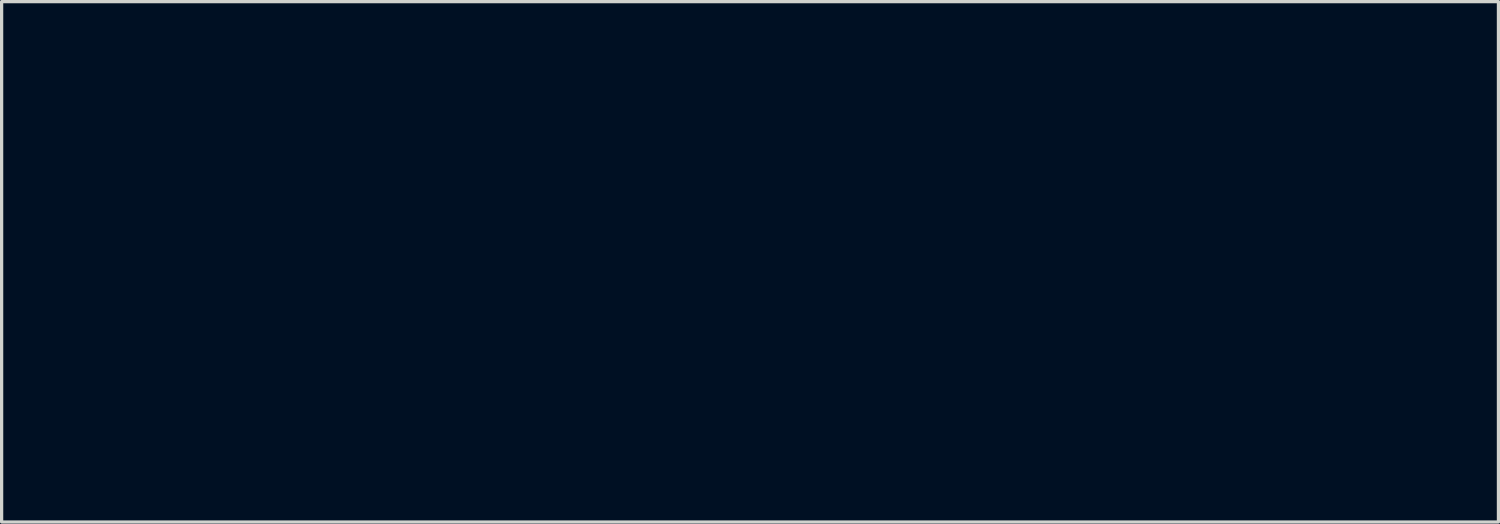
<source format=kicad_pcb>
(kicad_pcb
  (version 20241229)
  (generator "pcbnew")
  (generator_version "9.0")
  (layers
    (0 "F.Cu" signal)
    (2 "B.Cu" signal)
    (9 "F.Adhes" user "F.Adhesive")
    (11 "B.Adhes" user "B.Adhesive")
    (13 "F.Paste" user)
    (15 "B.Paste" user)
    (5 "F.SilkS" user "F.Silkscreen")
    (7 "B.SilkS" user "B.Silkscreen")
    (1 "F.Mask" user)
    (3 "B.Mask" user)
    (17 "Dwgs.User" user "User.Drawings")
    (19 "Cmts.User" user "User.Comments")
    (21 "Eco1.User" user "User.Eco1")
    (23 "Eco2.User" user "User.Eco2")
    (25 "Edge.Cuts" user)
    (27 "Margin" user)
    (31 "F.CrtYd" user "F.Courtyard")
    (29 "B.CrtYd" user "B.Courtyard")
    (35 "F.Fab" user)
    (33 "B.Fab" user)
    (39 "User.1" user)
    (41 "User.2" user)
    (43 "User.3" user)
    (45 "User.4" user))
  (footprint "logo_Ami48_3"
    (layer "F.Cu")
    (at 20.039 5.01)
    (property "Reference" "logo_Ami48_3" (at 0 0 0) (layer "F.Mask") (effects (font (size 1.524 1.524) (thickness 0.3))))
    (attr board_only exclude_from_pos_files exclude_from_bom)
    (fp_poly (pts (xy -8.968 2.079) (xy -8.993 2.104) (xy -9.018 2.079) (xy -8.993 2.054)) (stroke (width 0) (type solid)) (fill yes) (layer "F.Mask"))
    (fp_poly (pts (xy -8.968 4.083) (xy -8.993 4.108) (xy -9.018 4.083) (xy -8.993 4.058)) (stroke (width 0) (type solid)) (fill yes) (layer "F.Mask"))
    (fp_poly (pts (xy -8.016 2.079) (xy -8.041 2.104) (xy -8.066 2.079) (xy -8.041 2.054)) (stroke (width 0) (type solid)) (fill yes) (layer "F.Mask"))
    (fp_poly (pts (xy -8.016 4.083) (xy -8.041 4.108) (xy -8.066 4.083) (xy -8.041 4.058)) (stroke (width 0) (type solid)) (fill yes) (layer "F.Mask"))
    (fp_poly (pts (xy -9.485 2.872) (xy -9.492 2.902) (xy -9.519 2.906) (xy -9.56 2.887) (xy -9.552 2.872) (xy -9.493 2.866)) (stroke (width 0) (type solid)) (fill yes) (layer "F.Mask"))
    (fp_poly (pts (xy -7.481 2.872) (xy -7.488 2.902) (xy -7.515 2.906) (xy -7.556 2.887) (xy -7.548 2.872) (xy -7.489 2.866)) (stroke (width 0) (type solid)) (fill yes) (layer "F.Mask"))
    (fp_poly (pts (xy -15.944 -1.684) (xy -15.94 -1.621) (xy -15.998 -1.535) (xy -16.049 -1.512) (xy -16.119 -1.522) (xy -16.123 -1.586) (xy -16.065 -1.672) (xy -16.014 -1.695)) (stroke (width 0) (type solid)) (fill yes) (layer "F.Mask"))
    (fp_poly (pts (xy -12.788 0.42) (xy -12.784 0.483) (xy -12.842 0.57) (xy -12.893 0.593) (xy -12.962 0.582) (xy -12.967 0.519) (xy -12.908 0.432) (xy -12.858 0.409)) (stroke (width 0) (type solid)) (fill yes) (layer "F.Mask"))
    (fp_poly (pts (xy -8.447 -0.683) (xy -8.442 -0.652) (xy -8.483 -0.582) (xy -8.534 -0.56) (xy -8.604 -0.57) (xy -8.608 -0.634) (xy -8.564 -0.706) (xy -8.496 -0.724)) (stroke (width 0) (type solid)) (fill yes) (layer "F.Mask"))
    (fp_poly (pts (xy -4.531 3.839) (xy -4.519 3.908) (xy -4.565 3.975) (xy -4.622 3.998) (xy -4.693 3.98) (xy -4.709 3.911) (xy -4.676 3.826) (xy -4.605 3.807)) (stroke (width 0) (type solid)) (fill yes) (layer "F.Mask"))
    (fp_poly (pts (xy -2.969 3.849) (xy -2.956 3.908) (xy -2.991 3.988) (xy -3.067 4.006) (xy -3.131 3.958) (xy -3.138 3.874) (xy -3.073 3.815) (xy -3.028 3.807)) (stroke (width 0) (type solid)) (fill yes) (layer "F.Mask"))
    (fp_poly (pts (xy -1.566 -3.788) (xy -1.562 -3.725) (xy -1.62 -3.639) (xy -1.671 -3.616) (xy -1.74 -3.626) (xy -1.745 -3.69) (xy -1.686 -3.776) (xy -1.636 -3.799)) (stroke (width 0) (type solid)) (fill yes) (layer "F.Mask"))
    (fp_poly (pts (xy 9.004 -0.59) (xy 9.046 -0.56) (xy 9.043 -0.551) (xy 8.964 -0.506) (xy 8.845 -0.516) (xy 8.767 -0.551) (xy 8.742 -0.583) (xy 8.803 -0.598) (xy 8.883 -0.6)) (stroke (width 0) (type solid)) (fill yes) (layer "F.Mask"))
    (fp_poly (pts (xy 20.039 5.01) (xy -20.039 5.01) (xy -20.039 4.809) (xy -19.889 4.809) (xy 19.839 4.809) (xy 19.839 -4.86) (xy -19.889 -4.86) (xy -19.889 4.809) (xy -20.039 4.809) (xy -20.039 -5.01) (xy 20.039 -5.01)) (stroke (width 0) (type solid)) (fill yes) (layer "F.Mask"))
    (fp_poly (pts (xy -9.439 -3.951) (xy -9.423 -3.916) (xy -9.44 -3.828) (xy -9.477 -3.701) (xy -9.526 -3.575) (xy -9.575 -3.511) (xy -9.61 -3.519) (xy -9.619 -3.576) (xy -9.604 -3.731) (xy -9.565 -3.865) (xy -9.513 -3.947) (xy -9.487 -3.958)) (stroke (width 0) (type solid)) (fill yes) (layer "F.Mask"))
    (fp_poly (pts (xy -6.27 -1.089) (xy -6.213 -1.058) (xy -6.212 -1.052) (xy -6.257 -1.021) (xy -6.368 -1.003) (xy -6.416 -1.002) (xy -6.543 -1.013) (xy -6.591 -1.041) (xy -6.588 -1.052) (xy -6.521 -1.086) (xy -6.4 -1.102) (xy -6.385 -1.102)) (stroke (width 0) (type solid)) (fill yes) (layer "F.Mask"))
    (fp_poly (pts (xy -3.803 3.818) (xy -3.59 3.829) (xy -3.46 3.846) (xy -3.396 3.874) (xy -3.382 3.908) (xy -3.402 3.946) (xy -3.472 3.971) (xy -3.611 3.987) (xy -3.816 3.997) (xy -4.063 3.999) (xy -4.221 3.983) (xy -4.285 3.955) (xy -4.298 3.886) (xy -4.23 3.841) (xy -4.076 3.818) (xy -3.83 3.817)) (stroke (width 0) (type solid)) (fill yes) (layer "F.Mask"))
    (fp_poly (pts (xy 11.519 2.678) (xy 11.561 2.748) (xy 11.605 2.891) (xy 11.648 3.081) (xy 11.684 3.293) (xy 11.707 3.5) (xy 11.715 3.677) (xy 11.713 3.71) (xy 11.698 3.983) (xy 11.631 3.691) (xy 11.591 3.498) (xy 11.55 3.273) (xy 11.513 3.048) (xy 11.486 2.855) (xy 11.474 2.724) (xy 11.474 2.715) (xy 11.499 2.672)) (stroke (width 0) (type solid)) (fill yes) (layer "F.Mask"))
    (fp_poly (pts (xy 6.414 -0.865) (xy 6.632 -0.854) (xy 6.863 -0.836) (xy 7.088 -0.812) (xy 7.164 -0.802) (xy 7.284 -0.785) (xy 7.329 -0.773) (xy 7.294 -0.768) (xy 7.17 -0.766) (xy 6.989 -0.767) (xy 6.751 -0.77) (xy 6.52 -0.777) (xy 6.337 -0.786) (xy 6.3 -0.788) (xy 6.161 -0.807) (xy 6.075 -0.832) (xy 6.062 -0.846) (xy 6.108 -0.862) (xy 6.233 -0.867)) (stroke (width 0) (type solid)) (fill yes) (layer "F.Mask"))
    (fp_poly (pts (xy -3.561 2.257) (xy -3.54 2.343) (xy -3.562 2.496) (xy -3.63 2.723) (xy -3.745 3.029) (xy -3.765 3.081) (xy -3.889 3.367) (xy -3.993 3.557) (xy -4.078 3.653) (xy -4.145 3.654) (xy -4.189 3.586) (xy -4.182 3.512) (xy -4.143 3.366) (xy -4.078 3.166) (xy -3.993 2.932) (xy -3.968 2.868) (xy -3.86 2.6) (xy -3.777 2.414) (xy -3.713 2.298) (xy -3.661 2.241) (xy -3.625 2.229)) (stroke (width 0) (type solid)) (fill yes) (layer "F.Mask"))
    (fp_poly (pts (xy -15.997 -1.38) (xy -15.981 -1.334) (xy -15.99 -1.249) (xy -16.013 -1.104) (xy -16.032 -1) (xy -16.057 -0.825) (xy -16.049 -0.728) (xy -16.026 -0.698) (xy -15.994 -0.633) (xy -16.003 -0.607) (xy -16.072 -0.56) (xy -16.162 -0.556) (xy -16.225 -0.593) (xy -16.232 -0.619) (xy -16.223 -0.705) (xy -16.2 -0.85) (xy -16.181 -0.954) (xy -16.156 -1.123) (xy -16.162 -1.219) (xy -16.194 -1.262) (xy -16.228 -1.307) (xy -16.182 -1.352) (xy -16.071 -1.398)) (stroke (width 0) (type solid)) (fill yes) (layer "F.Mask"))
    (fp_poly (pts (xy -12.841 0.724) (xy -12.825 0.77) (xy -12.834 0.855) (xy -12.857 1) (xy -12.876 1.105) (xy -12.901 1.279) (xy -12.893 1.376) (xy -12.869 1.406) (xy -12.838 1.472) (xy -12.847 1.497) (xy -12.916 1.544) (xy -13.006 1.548) (xy -13.069 1.511) (xy -13.076 1.485) (xy -13.067 1.399) (xy -13.044 1.254) (xy -13.025 1.15) (xy -13 0.981) (xy -13.006 0.885) (xy -13.038 0.842) (xy -13.072 0.797) (xy -13.026 0.752) (xy -12.915 0.706)) (stroke (width 0) (type solid)) (fill yes) (layer "F.Mask"))
    (fp_poly (pts (xy -1.619 -3.484) (xy -1.603 -3.439) (xy -1.612 -3.353) (xy -1.635 -3.208) (xy -1.654 -3.104) (xy -1.679 -2.929) (xy -1.671 -2.832) (xy -1.647 -2.802) (xy -1.616 -2.737) (xy -1.625 -2.711) (xy -1.694 -2.664) (xy -1.783 -2.66) (xy -1.846 -2.697) (xy -1.854 -2.724) (xy -1.845 -2.809) (xy -1.822 -2.954) (xy -1.803 -3.058) (xy -1.778 -3.227) (xy -1.784 -3.323) (xy -1.816 -3.366) (xy -1.85 -3.411) (xy -1.804 -3.456) (xy -1.693 -3.503)) (stroke (width 0) (type solid)) (fill yes) (layer "F.Mask"))
    (fp_poly (pts (xy -13.256 0.211) (xy -13.235 0.251) (xy -13.232 0.338) (xy -13.249 0.486) (xy -13.285 0.711) (xy -13.305 0.825) (xy -13.338 1.039) (xy -13.359 1.226) (xy -13.365 1.356) (xy -13.362 1.387) (xy -13.373 1.489) (xy -13.413 1.525) (xy -13.521 1.551) (xy -13.561 1.509) (xy -13.553 1.44) (xy -13.503 1.19) (xy -13.461 0.942) (xy -13.431 0.715) (xy -13.415 0.533) (xy -13.416 0.414) (xy -13.426 0.381) (xy -13.441 0.311) (xy -13.392 0.238) (xy -13.305 0.201) (xy -13.295 0.2)) (stroke (width 0) (type solid)) (fill yes) (layer "F.Mask"))
    (fp_poly (pts (xy -15.716 1.025) (xy -15.709 1.031) (xy -15.638 1.161) (xy -15.662 1.306) (xy -15.754 1.43) (xy -15.905 1.53) (xy -16.059 1.544) (xy -16.192 1.469) (xy -16.199 1.461) (xy -16.251 1.369) (xy -16.115 1.369) (xy -16.057 1.444) (xy -15.957 1.442) (xy -15.86 1.374) (xy -15.796 1.266) (xy -15.786 1.152) (xy -15.832 1.077) (xy -15.935 1.063) (xy -16.041 1.119) (xy -16.109 1.22) (xy -16.111 1.228) (xy -16.115 1.369) (xy -16.251 1.369) (xy -16.274 1.329) (xy -16.252 1.196) (xy -16.159 1.075) (xy -16.009 0.976) (xy -15.851 0.959)) (stroke (width 0) (type solid)) (fill yes) (layer "F.Mask"))
    (fp_poly (pts (xy -17.339 -3.438) (xy -17.334 -3.401) (xy -17.355 -3.323) (xy -17.433 -3.321) (xy -17.437 -3.322) (xy -17.538 -3.301) (xy -17.634 -3.198) (xy -17.712 -3.03) (xy -17.755 -2.852) (xy -17.796 -2.708) (xy -17.859 -2.656) (xy -17.867 -2.655) (xy -17.919 -2.675) (xy -17.926 -2.752) (xy -17.915 -2.818) (xy -17.869 -3.065) (xy -17.846 -3.228) (xy -17.847 -3.321) (xy -17.87 -3.355) (xy -17.879 -3.357) (xy -17.932 -3.382) (xy -17.915 -3.436) (xy -17.849 -3.479) (xy -17.747 -3.472) (xy -17.705 -3.434) (xy -17.651 -3.382) (xy -17.599 -3.415) (xy -17.585 -3.431) (xy -17.49 -3.499) (xy -17.397 -3.5)) (stroke (width 0) (type solid)) (fill yes) (layer "F.Mask"))
    (fp_poly (pts (xy -14.233 2.874) (xy -14.228 2.912) (xy -14.249 2.989) (xy -14.327 2.992) (xy -14.331 2.991) (xy -14.432 3.012) (xy -14.527 3.115) (xy -14.605 3.283) (xy -14.649 3.461) (xy -14.689 3.604) (xy -14.753 3.657) (xy -14.761 3.657) (xy -14.813 3.637) (xy -14.82 3.56) (xy -14.809 3.494) (xy -14.763 3.247) (xy -14.74 3.084) (xy -14.741 2.992) (xy -14.764 2.957) (xy -14.773 2.956) (xy -14.826 2.93) (xy -14.809 2.877) (xy -14.743 2.833) (xy -14.641 2.841) (xy -14.599 2.878) (xy -14.545 2.931) (xy -14.493 2.897) (xy -14.479 2.881) (xy -14.384 2.814) (xy -14.29 2.813)) (stroke (width 0) (type solid)) (fill yes) (layer "F.Mask"))
    (fp_poly (pts (xy -12.029 -1.334) (xy -12.024 -1.297) (xy -12.044 -1.219) (xy -12.123 -1.217) (xy -12.127 -1.218) (xy -12.228 -1.197) (xy -12.323 -1.093) (xy -12.401 -0.926) (xy -12.444 -0.748) (xy -12.485 -0.604) (xy -12.549 -0.552) (xy -12.557 -0.551) (xy -12.609 -0.571) (xy -12.616 -0.648) (xy -12.605 -0.714) (xy -12.558 -0.961) (xy -12.536 -1.124) (xy -12.537 -1.217) (xy -12.56 -1.251) (xy -12.568 -1.252) (xy -12.622 -1.278) (xy -12.605 -1.332) (xy -12.539 -1.375) (xy -12.437 -1.368) (xy -12.395 -1.33) (xy -12.341 -1.277) (xy -12.288 -1.311) (xy -12.275 -1.327) (xy -12.179 -1.395) (xy -12.086 -1.396)) (stroke (width 0) (type solid)) (fill yes) (layer "F.Mask"))
    (fp_poly (pts (xy -6.418 -3.438) (xy -6.413 -3.401) (xy -6.433 -3.323) (xy -6.512 -3.321) (xy -6.516 -3.322) (xy -6.617 -3.301) (xy -6.712 -3.198) (xy -6.79 -3.03) (xy -6.833 -2.852) (xy -6.874 -2.708) (xy -6.938 -2.656) (xy -6.946 -2.655) (xy -6.998 -2.675) (xy -7.005 -2.752) (xy -6.994 -2.818) (xy -6.947 -3.065) (xy -6.925 -3.228) (xy -6.926 -3.321) (xy -6.949 -3.355) (xy -6.957 -3.357) (xy -7.011 -3.382) (xy -6.994 -3.436) (xy -6.927 -3.479) (xy -6.826 -3.472) (xy -6.784 -3.434) (xy -6.73 -3.382) (xy -6.677 -3.415) (xy -6.664 -3.431) (xy -6.568 -3.499) (xy -6.475 -3.5)) (stroke (width 0) (type solid)) (fill yes) (layer "F.Mask"))
    (fp_poly (pts (xy 0.145 0.77) (xy 0.15 0.807) (xy 0.13 0.885) (xy 0.051 0.887) (xy 0.047 0.886) (xy -0.054 0.907) (xy -0.149 1.011) (xy -0.227 1.179) (xy -0.27 1.356) (xy -0.311 1.5) (xy -0.375 1.553) (xy -0.383 1.553) (xy -0.435 1.533) (xy -0.442 1.456) (xy -0.431 1.39) (xy -0.384 1.143) (xy -0.362 0.98) (xy -0.363 0.888) (xy -0.386 0.853) (xy -0.394 0.852) (xy -0.448 0.826) (xy -0.431 0.773) (xy -0.365 0.729) (xy -0.263 0.737) (xy -0.221 0.774) (xy -0.167 0.827) (xy -0.114 0.793) (xy -0.101 0.777) (xy -0.005 0.709) (xy 0.088 0.708)) (stroke (width 0) (type solid)) (fill yes) (layer "F.Mask"))
    (fp_poly (pts (xy -12.031 0.734) (xy -11.94 0.819) (xy -11.923 0.887) (xy -11.954 0.945) (xy -12.024 0.936) (xy -12.097 0.871) (xy -12.185 0.81) (xy -12.282 0.83) (xy -12.373 0.917) (xy -12.442 1.053) (xy -12.474 1.225) (xy -12.475 1.254) (xy -12.453 1.37) (xy -12.374 1.426) (xy -12.354 1.431) (xy -12.218 1.434) (xy -12.132 1.407) (xy -12.022 1.359) (xy -11.988 1.367) (xy -12.034 1.426) (xy -12.067 1.455) (xy -12.21 1.529) (xy -12.372 1.552) (xy -12.505 1.515) (xy -12.569 1.444) (xy -12.62 1.363) (xy -12.653 1.204) (xy -12.61 1.033) (xy -12.509 0.875) (xy -12.367 0.756) (xy -12.201 0.702) (xy -12.177 0.701)) (stroke (width 0) (type solid)) (fill yes) (layer "F.Mask"))
    (fp_poly (pts (xy -2.762 -3.474) (xy -2.672 -3.389) (xy -2.655 -3.322) (xy -2.686 -3.263) (xy -2.756 -3.272) (xy -2.829 -3.338) (xy -2.917 -3.399) (xy -3.014 -3.378) (xy -3.104 -3.292) (xy -3.174 -3.155) (xy -3.206 -2.983) (xy -3.206 -2.954) (xy -3.185 -2.838) (xy -3.106 -2.783) (xy -3.086 -2.777) (xy -2.949 -2.775) (xy -2.864 -2.801) (xy -2.754 -2.849) (xy -2.719 -2.841) (xy -2.766 -2.782) (xy -2.799 -2.754) (xy -2.942 -2.679) (xy -3.104 -2.657) (xy -3.236 -2.694) (xy -3.301 -2.764) (xy -3.352 -2.846) (xy -3.385 -3.004) (xy -3.341 -3.175) (xy -3.24 -3.333) (xy -3.099 -3.452) (xy -2.933 -3.506) (xy -2.909 -3.507)) (stroke (width 0) (type solid)) (fill yes) (layer "F.Mask"))
    (fp_poly (pts (xy -17.433 2.82) (xy -17.298 2.896) (xy -17.209 3.033) (xy -17.184 3.186) (xy -17.228 3.372) (xy -17.345 3.523) (xy -17.51 3.622) (xy -17.697 3.657) (xy -17.881 3.612) (xy -17.901 3.602) (xy -18.015 3.482) (xy -18.054 3.315) (xy -18.049 3.294) (xy -17.885 3.294) (xy -17.852 3.454) (xy -17.763 3.541) (xy -17.637 3.547) (xy -17.492 3.467) (xy -17.457 3.434) (xy -17.372 3.314) (xy -17.334 3.192) (xy -17.334 3.187) (xy -17.37 3.05) (xy -17.46 2.944) (xy -17.565 2.906) (xy -17.673 2.948) (xy -17.781 3.053) (xy -17.861 3.186) (xy -17.885 3.294) (xy -18.049 3.294) (xy -18.015 3.135) (xy -17.904 2.961) (xy -17.756 2.851) (xy -17.592 2.804)) (stroke (width 0) (type solid)) (fill yes) (layer "F.Mask"))
    (fp_poly (pts (xy -15.679 -3.493) (xy -15.545 -3.416) (xy -15.456 -3.28) (xy -15.43 -3.126) (xy -15.475 -2.94) (xy -15.592 -2.79) (xy -15.756 -2.69) (xy -15.943 -2.656) (xy -16.128 -2.7) (xy -16.147 -2.711) (xy -16.261 -2.83) (xy -16.3 -2.997) (xy -16.296 -3.018) (xy -16.132 -3.018) (xy -16.098 -2.858) (xy -16.009 -2.772) (xy -15.883 -2.766) (xy -15.739 -2.846) (xy -15.704 -2.878) (xy -15.618 -2.999) (xy -15.581 -3.12) (xy -15.581 -3.125) (xy -15.617 -3.262) (xy -15.706 -3.368) (xy -15.812 -3.407) (xy -15.92 -3.364) (xy -16.027 -3.259) (xy -16.107 -3.126) (xy -16.132 -3.018) (xy -16.296 -3.018) (xy -16.262 -3.177) (xy -16.15 -3.352) (xy -16.002 -3.462) (xy -15.839 -3.508)) (stroke (width 0) (type solid)) (fill yes) (layer "F.Mask"))
    (fp_poly (pts (xy -10.368 -1.362) (xy -10.331 -1.254) (xy -10.334 -1.105) (xy -10.374 -0.937) (xy -10.449 -0.776) (xy -10.502 -0.703) (xy -10.628 -0.599) (xy -10.769 -0.55) (xy -10.893 -0.562) (xy -10.956 -0.614) (xy -10.977 -0.693) (xy -10.991 -0.84) (xy -10.997 -1.015) (xy -10.992 -1.201) (xy -10.976 -1.31) (xy -10.941 -1.365) (xy -10.905 -1.383) (xy -10.83 -1.398) (xy -10.792 -1.37) (xy -10.786 -1.284) (xy -10.809 -1.122) (xy -10.821 -1.056) (xy -10.845 -0.888) (xy -10.853 -0.757) (xy -10.846 -0.7) (xy -10.77 -0.653) (xy -10.667 -0.692) (xy -10.569 -0.789) (xy -10.501 -0.9) (xy -10.479 -1.022) (xy -10.488 -1.165) (xy -10.499 -1.315) (xy -10.482 -1.387) (xy -10.447 -1.403)) (stroke (width 0) (type solid)) (fill yes) (layer "F.Mask"))
    (fp_poly (pts (xy -5.76 -3.493) (xy -5.625 -3.416) (xy -5.536 -3.28) (xy -5.511 -3.126) (xy -5.555 -2.94) (xy -5.672 -2.79) (xy -5.837 -2.69) (xy -6.024 -2.656) (xy -6.208 -2.7) (xy -6.228 -2.711) (xy -6.342 -2.83) (xy -6.381 -2.997) (xy -6.376 -3.018) (xy -6.212 -3.018) (xy -6.179 -2.858) (xy -6.09 -2.772) (xy -5.964 -2.766) (xy -5.819 -2.846) (xy -5.784 -2.878) (xy -5.699 -2.999) (xy -5.661 -3.12) (xy -5.661 -3.125) (xy -5.697 -3.262) (xy -5.787 -3.368) (xy -5.892 -3.407) (xy -6 -3.364) (xy -6.108 -3.259) (xy -6.188 -3.126) (xy -6.212 -3.018) (xy -6.376 -3.018) (xy -6.342 -3.177) (xy -6.231 -3.352) (xy -6.083 -3.462) (xy -5.919 -3.508)) (stroke (width 0) (type solid)) (fill yes) (layer "F.Mask"))
    (fp_poly (pts (xy -1.752 0.716) (xy -1.617 0.792) (xy -1.528 0.928) (xy -1.503 1.082) (xy -1.548 1.268) (xy -1.664 1.418) (xy -1.829 1.518) (xy -2.016 1.553) (xy -2.2 1.508) (xy -2.22 1.497) (xy -2.334 1.378) (xy -2.373 1.211) (xy -2.368 1.19) (xy -2.204 1.19) (xy -2.171 1.35) (xy -2.082 1.436) (xy -1.956 1.443) (xy -1.812 1.363) (xy -1.776 1.33) (xy -1.691 1.21) (xy -1.653 1.088) (xy -1.653 1.083) (xy -1.69 0.946) (xy -1.779 0.84) (xy -1.885 0.802) (xy -1.992 0.844) (xy -2.1 0.949) (xy -2.18 1.082) (xy -2.204 1.19) (xy -2.368 1.19) (xy -2.335 1.031) (xy -2.223 0.856) (xy -2.075 0.746) (xy -1.911 0.7)) (stroke (width 0) (type solid)) (fill yes) (layer "F.Mask"))
    (fp_poly (pts (xy -0.85 -3.493) (xy -0.716 -3.416) (xy -0.626 -3.28) (xy -0.601 -3.126) (xy -0.646 -2.94) (xy -0.763 -2.79) (xy -0.927 -2.69) (xy -1.114 -2.656) (xy -1.299 -2.7) (xy -1.318 -2.711) (xy -1.432 -2.83) (xy -1.471 -2.997) (xy -1.466 -3.018) (xy -1.303 -3.018) (xy -1.269 -2.858) (xy -1.18 -2.772) (xy -1.054 -2.766) (xy -0.91 -2.846) (xy -0.874 -2.878) (xy -0.789 -2.999) (xy -0.752 -3.12) (xy -0.751 -3.125) (xy -0.788 -3.262) (xy -0.877 -3.368) (xy -0.983 -3.407) (xy -1.091 -3.364) (xy -1.198 -3.259) (xy -1.278 -3.126) (xy -1.303 -3.018) (xy -1.466 -3.018) (xy -1.433 -3.177) (xy -1.321 -3.352) (xy -1.173 -3.462) (xy -1.01 -3.508)) (stroke (width 0) (type solid)) (fill yes) (layer "F.Mask"))
    (fp_poly (pts (xy -8.929 -3.432) (xy -8.899 -3.397) (xy -8.868 -3.306) (xy -8.906 -3.272) (xy -8.99 -3.308) (xy -9.016 -3.33) (xy -9.116 -3.387) (xy -9.191 -3.389) (xy -9.262 -3.328) (xy -9.247 -3.246) (xy -9.152 -3.158) (xy -9.08 -3.119) (xy -8.938 -3.025) (xy -8.877 -2.923) (xy -8.904 -2.807) (xy -9.002 -2.719) (xy -9.144 -2.668) (xy -9.302 -2.665) (xy -9.431 -2.709) (xy -9.501 -2.781) (xy -9.515 -2.858) (xy -9.47 -2.904) (xy -9.45 -2.906) (xy -9.362 -2.87) (xy -9.318 -2.831) (xy -9.214 -2.761) (xy -9.11 -2.788) (xy -9.075 -2.823) (xy -9.058 -2.878) (xy -9.11 -2.942) (xy -9.206 -3.011) (xy -9.354 -3.139) (xy -9.406 -3.266) (xy -9.36 -3.389) (xy -9.325 -3.426) (xy -9.196 -3.489) (xy -9.05 -3.49)) (stroke (width 0) (type solid)) (fill yes) (layer "F.Mask"))
    (fp_poly (pts (xy -2.197 -3.74) (xy -2.189 -3.653) (xy -2.192 -3.632) (xy -2.192 -3.535) (xy -2.135 -3.507) (xy -2.135 -3.507) (xy -2.065 -3.482) (xy -2.054 -3.457) (xy -2.096 -3.415) (xy -2.147 -3.407) (xy -2.21 -3.384) (xy -2.25 -3.301) (xy -2.273 -3.174) (xy -2.297 -2.985) (xy -2.301 -2.876) (xy -2.28 -2.828) (xy -2.229 -2.824) (xy -2.179 -2.835) (xy -2.078 -2.849) (xy -2.064 -2.825) (xy -2.135 -2.769) (xy -2.202 -2.732) (xy -2.368 -2.663) (xy -2.466 -2.664) (xy -2.494 -2.733) (xy -2.488 -2.768) (xy -2.466 -2.883) (xy -2.439 -3.049) (xy -2.426 -3.144) (xy -2.411 -3.302) (xy -2.421 -3.384) (xy -2.459 -3.408) (xy -2.461 -3.408) (xy -2.485 -3.431) (xy -2.425 -3.495) (xy -2.333 -3.593) (xy -2.288 -3.67) (xy -2.239 -3.749)) (stroke (width 0) (type solid)) (fill yes) (layer "F.Mask"))
    (fp_poly (pts (xy 17.219 -1.666) (xy 17.348 -1.545) (xy 17.407 -1.45) (xy 17.412 -1.366) (xy 17.37 -1.245) (xy 17.298 -1.123) (xy 17.189 -0.992) (xy 17.071 -0.879) (xy 16.969 -0.811) (xy 16.934 -0.802) (xy 16.851 -0.786) (xy 16.825 -0.777) (xy 16.734 -0.78) (xy 16.633 -0.816) (xy 16.542 -0.89) (xy 16.499 -1.012) (xy 16.491 -1.078) (xy 16.504 -1.239) (xy 16.799 -1.239) (xy 16.804 -1.119) (xy 16.872 -1.059) (xy 16.985 -1.062) (xy 17.116 -1.122) (xy 17.2 -1.193) (xy 17.302 -1.336) (xy 17.33 -1.462) (xy 17.282 -1.553) (xy 17.231 -1.579) (xy 17.102 -1.573) (xy 16.97 -1.497) (xy 16.861 -1.377) (xy 16.799 -1.239) (xy 16.504 -1.239) (xy 16.509 -1.301) (xy 16.591 -1.486) (xy 16.721 -1.625) (xy 16.881 -1.707) (xy 17.052 -1.724)) (stroke (width 0) (type solid)) (fill yes) (layer "F.Mask"))
    (fp_poly (pts (xy -4.077 2.264) (xy -4.074 2.267) (xy -4.048 2.313) (xy -4.048 2.389) (xy -4.077 2.512) (xy -4.139 2.701) (xy -4.177 2.808) (xy -4.286 3.111) (xy -4.369 3.332) (xy -4.433 3.484) (xy -4.485 3.579) (xy -4.531 3.632) (xy -4.578 3.653) (xy -4.625 3.657) (xy -4.74 3.633) (xy -4.797 3.595) (xy -4.833 3.525) (xy -4.894 3.382) (xy -4.971 3.185) (xy -5.056 2.955) (xy -5.062 2.94) (xy -5.15 2.693) (xy -5.206 2.522) (xy -5.234 2.41) (xy -5.236 2.339) (xy -5.216 2.292) (xy -5.196 2.268) (xy -5.129 2.223) (xy -5.067 2.236) (xy -5.003 2.315) (xy -4.931 2.47) (xy -4.844 2.71) (xy -4.808 2.816) (xy -4.64 3.33) (xy -4.464 2.793) (xy -4.369 2.523) (xy -4.289 2.343) (xy -4.217 2.245) (xy -4.148 2.222)) (stroke (width 0) (type solid)) (fill yes) (layer "F.Mask"))
    (fp_poly (pts (xy -17.283 0.301) (xy -17.181 0.408) (xy -17.127 0.578) (xy -17.12 0.786) (xy -17.155 1.008) (xy -17.23 1.222) (xy -17.342 1.403) (xy -17.431 1.489) (xy -17.584 1.551) (xy -17.756 1.537) (xy -17.903 1.452) (xy -17.932 1.421) (xy -18.012 1.247) (xy -18.027 1.085) (xy -17.866 1.085) (xy -17.854 1.26) (xy -17.798 1.386) (xy -17.766 1.415) (xy -17.647 1.449) (xy -17.524 1.389) (xy -17.488 1.356) (xy -17.389 1.214) (xy -17.324 1.034) (xy -17.291 0.839) (xy -17.293 0.65) (xy -17.327 0.491) (xy -17.396 0.384) (xy -17.483 0.351) (xy -17.596 0.397) (xy -17.698 0.518) (xy -17.781 0.689) (xy -17.839 0.887) (xy -17.866 1.085) (xy -18.027 1.085) (xy -18.033 1.022) (xy -17.996 0.776) (xy -17.94 0.62) (xy -17.808 0.413) (xy -17.644 0.287) (xy -17.462 0.25)) (stroke (width 0) (type solid)) (fill yes) (layer "F.Mask"))
    (fp_poly (pts (xy -9.029 -1.881) (xy -9.026 -1.825) (xy -9.038 -1.691) (xy -9.061 -1.502) (xy -9.086 -1.333) (xy -9.128 -1.061) (xy -9.153 -0.874) (xy -9.162 -0.754) (xy -9.153 -0.688) (xy -9.127 -0.659) (xy -9.082 -0.651) (xy -9.068 -0.651) (xy -8.986 -0.63) (xy -8.968 -0.601) (xy -9.014 -0.575) (xy -9.136 -0.557) (xy -9.293 -0.551) (xy -9.459 -0.558) (xy -9.576 -0.575) (xy -9.619 -0.598) (xy -9.576 -0.64) (xy -9.506 -0.66) (xy -9.432 -0.7) (xy -9.37 -0.803) (xy -9.317 -0.981) (xy -9.27 -1.243) (xy -9.249 -1.39) (xy -9.232 -1.543) (xy -9.237 -1.621) (xy -9.274 -1.649) (xy -9.342 -1.653) (xy -9.437 -1.67) (xy -9.469 -1.703) (xy -9.429 -1.75) (xy -9.406 -1.754) (xy -9.32 -1.776) (xy -9.201 -1.829) (xy -9.198 -1.83) (xy -9.092 -1.875) (xy -9.031 -1.883)) (stroke (width 0) (type solid)) (fill yes) (layer "F.Mask"))
    (fp_poly (pts (xy -7.426 -1.881) (xy -7.423 -1.825) (xy -7.435 -1.691) (xy -7.458 -1.502) (xy -7.483 -1.333) (xy -7.525 -1.061) (xy -7.55 -0.874) (xy -7.558 -0.754) (xy -7.55 -0.688) (xy -7.524 -0.659) (xy -7.479 -0.651) (xy -7.465 -0.651) (xy -7.383 -0.63) (xy -7.364 -0.601) (xy -7.411 -0.575) (xy -7.532 -0.557) (xy -7.69 -0.551) (xy -7.856 -0.558) (xy -7.973 -0.575) (xy -8.016 -0.598) (xy -7.973 -0.64) (xy -7.903 -0.66) (xy -7.829 -0.7) (xy -7.767 -0.803) (xy -7.714 -0.981) (xy -7.666 -1.243) (xy -7.646 -1.39) (xy -7.629 -1.543) (xy -7.634 -1.621) (xy -7.671 -1.649) (xy -7.739 -1.653) (xy -7.833 -1.67) (xy -7.865 -1.703) (xy -7.826 -1.75) (xy -7.803 -1.754) (xy -7.717 -1.776) (xy -7.597 -1.829) (xy -7.595 -1.83) (xy -7.489 -1.875) (xy -7.428 -1.883)) (stroke (width 0) (type solid)) (fill yes) (layer "F.Mask"))
    (fp_poly (pts (xy -17.012 -3.482) (xy -17.008 -3.384) (xy -17.03 -3.204) (xy -17.037 -3.158) (xy -17.061 -2.947) (xy -17.049 -2.82) (xy -16.995 -2.766) (xy -16.898 -2.776) (xy -16.895 -2.777) (xy -16.808 -2.849) (xy -16.72 -2.995) (xy -16.645 -3.191) (xy -16.606 -3.344) (xy -16.561 -3.464) (xy -16.498 -3.507) (xy -16.446 -3.48) (xy -16.452 -3.387) (xy -16.453 -3.382) (xy -16.501 -3.152) (xy -16.522 -2.968) (xy -16.514 -2.847) (xy -16.479 -2.806) (xy -16.447 -2.786) (xy -16.496 -2.722) (xy -16.5 -2.718) (xy -16.571 -2.659) (xy -16.618 -2.673) (xy -16.654 -2.718) (xy -16.712 -2.778) (xy -16.763 -2.753) (xy -16.783 -2.731) (xy -16.884 -2.67) (xy -17.016 -2.659) (xy -17.132 -2.696) (xy -17.176 -2.743) (xy -17.204 -2.856) (xy -17.212 -3.019) (xy -17.201 -3.196) (xy -17.174 -3.354) (xy -17.134 -3.46) (xy -17.115 -3.48) (xy -17.047 -3.51)) (stroke (width 0) (type solid)) (fill yes) (layer "F.Mask"))
    (fp_poly (pts (xy -4.087 -3.482) (xy -4.082 -3.384) (xy -4.104 -3.204) (xy -4.112 -3.158) (xy -4.136 -2.947) (xy -4.123 -2.82) (xy -4.07 -2.766) (xy -3.972 -2.776) (xy -3.97 -2.777) (xy -3.882 -2.849) (xy -3.794 -2.995) (xy -3.719 -3.191) (xy -3.681 -3.344) (xy -3.636 -3.464) (xy -3.573 -3.507) (xy -3.521 -3.48) (xy -3.526 -3.387) (xy -3.527 -3.382) (xy -3.576 -3.152) (xy -3.596 -2.968) (xy -3.588 -2.847) (xy -3.553 -2.806) (xy -3.521 -2.786) (xy -3.57 -2.722) (xy -3.574 -2.718) (xy -3.645 -2.659) (xy -3.692 -2.673) (xy -3.729 -2.718) (xy -3.787 -2.778) (xy -3.837 -2.753) (xy -3.857 -2.731) (xy -3.959 -2.67) (xy -4.091 -2.659) (xy -4.206 -2.696) (xy -4.25 -2.743) (xy -4.279 -2.856) (xy -4.286 -3.019) (xy -4.275 -3.196) (xy -4.248 -3.354) (xy -4.208 -3.46) (xy -4.189 -3.48) (xy -4.122 -3.51)) (stroke (width 0) (type solid)) (fill yes) (layer "F.Mask"))
    (fp_poly (pts (xy -8.296 0.278) (xy -8.152 0.351) (xy -8.073 0.455) (xy -8.066 0.501) (xy -8.091 0.603) (xy -8.146 0.621) (xy -8.207 0.55) (xy -8.213 0.534) (xy -8.303 0.415) (xy -8.442 0.362) (xy -8.604 0.372) (xy -8.768 0.44) (xy -8.909 0.562) (xy -8.97 0.656) (xy -9.05 0.883) (xy -9.059 1.091) (xy -9.005 1.264) (xy -8.894 1.386) (xy -8.734 1.44) (xy -8.627 1.435) (xy -8.459 1.385) (xy -8.308 1.304) (xy -8.306 1.302) (xy -8.211 1.241) (xy -8.172 1.242) (xy -8.166 1.277) (xy -8.211 1.365) (xy -8.327 1.45) (xy -8.487 1.517) (xy -8.66 1.551) (xy -8.704 1.553) (xy -8.885 1.53) (xy -9.035 1.445) (xy -9.077 1.409) (xy -9.177 1.305) (xy -9.224 1.201) (xy -9.237 1.049) (xy -9.237 1.018) (xy -9.194 0.74) (xy -9.071 0.514) (xy -8.88 0.351) (xy -8.633 0.263) (xy -8.483 0.25)) (stroke (width 0) (type solid)) (fill yes) (layer "F.Mask"))
    (fp_poly (pts (xy -14.539 -3.481) (xy -14.494 -3.444) (xy -14.473 -3.365) (xy -14.459 -3.217) (xy -14.453 -3.043) (xy -14.458 -2.857) (xy -14.474 -2.748) (xy -14.509 -2.693) (xy -14.545 -2.675) (xy -14.63 -2.66) (xy -14.657 -2.666) (xy -14.659 -2.722) (xy -14.646 -2.848) (xy -14.622 -3.001) (xy -14.595 -3.213) (xy -14.608 -3.341) (xy -14.665 -3.395) (xy -14.769 -3.385) (xy -14.775 -3.383) (xy -14.891 -3.297) (xy -14.987 -3.13) (xy -15.053 -2.899) (xy -15.06 -2.861) (xy -15.098 -2.721) (xy -15.15 -2.657) (xy -15.161 -2.655) (xy -15.224 -2.679) (xy -15.23 -2.696) (xy -15.221 -2.764) (xy -15.199 -2.898) (xy -15.176 -3.029) (xy -15.149 -3.211) (xy -15.153 -3.316) (xy -15.178 -3.356) (xy -15.199 -3.406) (xy -15.152 -3.459) (xy -15.078 -3.501) (xy -15.019 -3.459) (xy -15.006 -3.442) (xy -14.949 -3.384) (xy -14.898 -3.41) (xy -14.88 -3.431) (xy -14.784 -3.488) (xy -14.655 -3.505)) (stroke (width 0) (type solid)) (fill yes) (layer "F.Mask"))
    (fp_poly (pts (xy -12.831 -3.949) (xy -12.781 -3.919) (xy -12.818 -3.862) (xy -12.848 -3.838) (xy -12.887 -3.767) (xy -12.931 -3.623) (xy -12.975 -3.436) (xy -13.014 -3.233) (xy -13.043 -3.041) (xy -13.056 -2.888) (xy -13.048 -2.801) (xy -13.046 -2.798) (xy -12.98 -2.772) (xy -12.847 -2.768) (xy -12.679 -2.782) (xy -12.506 -2.814) (xy -12.44 -2.832) (xy -12.362 -2.844) (xy -12.351 -2.793) (xy -12.359 -2.76) (xy -12.378 -2.712) (xy -12.419 -2.682) (xy -12.502 -2.665) (xy -12.644 -2.657) (xy -12.866 -2.655) (xy -12.887 -2.655) (xy -13.114 -2.657) (xy -13.255 -2.662) (xy -13.326 -2.676) (xy -13.343 -2.699) (xy -13.321 -2.736) (xy -13.32 -2.737) (xy -13.28 -2.823) (xy -13.236 -2.975) (xy -13.194 -3.167) (xy -13.157 -3.374) (xy -13.13 -3.568) (xy -13.118 -3.725) (xy -13.125 -3.819) (xy -13.131 -3.83) (xy -13.173 -3.902) (xy -13.129 -3.944) (xy -12.992 -3.958) (xy -12.976 -3.958)) (stroke (width 0) (type solid)) (fill yes) (layer "F.Mask"))
    (fp_poly (pts (xy -11.428 2.35) (xy -11.431 2.468) (xy -11.444 2.618) (xy -11.46 2.786) (xy -11.458 2.87) (xy -11.436 2.884) (xy -11.416 2.868) (xy -11.291 2.804) (xy -11.153 2.817) (xy -11.029 2.895) (xy -10.944 3.021) (xy -10.921 3.14) (xy -10.964 3.36) (xy -11.084 3.523) (xy -11.273 3.621) (xy -11.512 3.647) (xy -11.755 3.636) (xy -11.702 3.334) (xy -11.573 3.334) (xy -11.539 3.457) (xy -11.457 3.541) (xy -11.399 3.557) (xy -11.32 3.53) (xy -11.237 3.482) (xy -11.141 3.372) (xy -11.095 3.232) (xy -11.097 3.089) (xy -11.146 2.972) (xy -11.239 2.91) (xy -11.275 2.906) (xy -11.366 2.948) (xy -11.462 3.055) (xy -11.538 3.191) (xy -11.572 3.325) (xy -11.573 3.334) (xy -11.702 3.334) (xy -11.663 3.108) (xy -11.627 2.879) (xy -11.603 2.678) (xy -11.593 2.531) (xy -11.597 2.473) (xy -11.58 2.368) (xy -11.487 2.31) (xy -11.437 2.305)) (stroke (width 0) (type solid)) (fill yes) (layer "F.Mask"))
    (fp_poly (pts (xy -10.071 2.844) (xy -10.04 2.946) (xy -10.056 3.097) (xy -10.111 3.278) (xy -10.201 3.474) (xy -10.319 3.666) (xy -10.46 3.838) (xy -10.544 3.919) (xy -10.651 3.983) (xy -10.752 4.005) (xy -10.815 3.982) (xy -10.821 3.958) (xy -10.78 3.916) (xy -10.73 3.908) (xy -10.634 3.873) (xy -10.527 3.789) (xy -10.521 3.782) (xy -10.45 3.698) (xy -10.449 3.663) (xy -10.486 3.657) (xy -10.588 3.61) (xy -10.667 3.475) (xy -10.717 3.264) (xy -10.729 3.131) (xy -10.735 2.963) (xy -10.725 2.87) (xy -10.691 2.828) (xy -10.646 2.816) (xy -10.59 2.817) (xy -10.562 2.855) (xy -10.556 2.952) (xy -10.561 3.092) (xy -10.556 3.297) (xy -10.52 3.451) (xy -10.459 3.536) (xy -10.381 3.538) (xy -10.373 3.533) (xy -10.288 3.434) (xy -10.224 3.276) (xy -10.193 3.098) (xy -10.199 2.978) (xy -10.212 2.859) (xy -10.185 2.811) (xy -10.154 2.806)) (stroke (width 0) (type solid)) (fill yes) (layer "F.Mask"))
    (fp_poly (pts (xy -3.458 0.739) (xy -3.427 0.842) (xy -3.443 0.993) (xy -3.498 1.174) (xy -3.588 1.369) (xy -3.706 1.562) (xy -3.847 1.734) (xy -3.931 1.814) (xy -4.038 1.879) (xy -4.139 1.901) (xy -4.201 1.878) (xy -4.208 1.854) (xy -4.167 1.812) (xy -4.117 1.804) (xy -4.021 1.769) (xy -3.914 1.685) (xy -3.908 1.678) (xy -3.837 1.594) (xy -3.836 1.558) (xy -3.873 1.553) (xy -3.975 1.506) (xy -4.054 1.371) (xy -4.104 1.16) (xy -4.116 1.027) (xy -4.122 0.859) (xy -4.112 0.766) (xy -4.078 0.724) (xy -4.033 0.712) (xy -3.977 0.713) (xy -3.949 0.751) (xy -3.943 0.848) (xy -3.948 0.988) (xy -3.943 1.193) (xy -3.907 1.346) (xy -3.846 1.432) (xy -3.768 1.434) (xy -3.76 1.429) (xy -3.675 1.33) (xy -3.611 1.171) (xy -3.58 0.994) (xy -3.586 0.874) (xy -3.599 0.755) (xy -3.572 0.707) (xy -3.541 0.701)) (stroke (width 0) (type solid)) (fill yes) (layer "F.Mask"))
    (fp_poly (pts (xy -2.961 0.246) (xy -2.964 0.364) (xy -2.978 0.514) (xy -2.993 0.682) (xy -2.991 0.766) (xy -2.969 0.78) (xy -2.949 0.764) (xy -2.824 0.7) (xy -2.687 0.713) (xy -2.562 0.79) (xy -2.477 0.917) (xy -2.455 1.036) (xy -2.497 1.256) (xy -2.618 1.419) (xy -2.806 1.517) (xy -3.045 1.543) (xy -3.288 1.532) (xy -3.235 1.23) (xy -3.106 1.23) (xy -3.072 1.352) (xy -2.99 1.437) (xy -2.932 1.453) (xy -2.853 1.426) (xy -2.771 1.378) (xy -2.675 1.268) (xy -2.629 1.127) (xy -2.631 0.985) (xy -2.679 0.868) (xy -2.772 0.806) (xy -2.808 0.802) (xy -2.9 0.844) (xy -2.995 0.95) (xy -3.072 1.087) (xy -3.106 1.221) (xy -3.106 1.23) (xy -3.235 1.23) (xy -3.196 1.004) (xy -3.161 0.775) (xy -3.137 0.574) (xy -3.127 0.427) (xy -3.13 0.368) (xy -3.113 0.264) (xy -3.021 0.206) (xy -2.97 0.2)) (stroke (width 0) (type solid)) (fill yes) (layer "F.Mask"))
    (fp_poly (pts (xy 0.291 -3.481) (xy 0.335 -3.444) (xy 0.356 -3.365) (xy 0.37 -3.217) (xy 0.376 -3.043) (xy 0.371 -2.857) (xy 0.355 -2.748) (xy 0.32 -2.693) (xy 0.284 -2.675) (xy 0.199 -2.66) (xy 0.172 -2.666) (xy 0.17 -2.722) (xy 0.183 -2.848) (xy 0.207 -3.001) (xy 0.234 -3.213) (xy 0.221 -3.341) (xy 0.164 -3.395) (xy 0.06 -3.385) (xy 0.055 -3.383) (xy -0.061 -3.297) (xy -0.158 -3.13) (xy -0.224 -2.899) (xy -0.23 -2.861) (xy -0.268 -2.721) (xy -0.321 -2.657) (xy -0.332 -2.655) (xy -0.395 -2.679) (xy -0.401 -2.696) (xy -0.392 -2.764) (xy -0.37 -2.898) (xy -0.347 -3.029) (xy -0.32 -3.211) (xy -0.323 -3.316) (xy -0.349 -3.356) (xy -0.369 -3.406) (xy -0.323 -3.459) (xy -0.248 -3.501) (xy -0.19 -3.459) (xy -0.177 -3.442) (xy -0.12 -3.384) (xy -0.069 -3.41) (xy -0.051 -3.431) (xy 0.045 -3.488) (xy 0.175 -3.505)) (stroke (width 0) (type solid)) (fill yes) (layer "F.Mask"))
    (fp_poly (pts (xy -15.172 2.819) (xy -15.058 2.884) (xy -15.007 2.972) (xy -15.034 3.064) (xy -15.125 3.157) (xy -15.275 3.242) (xy -15.44 3.296) (xy -15.529 3.307) (xy -15.614 3.341) (xy -15.631 3.406) (xy -15.589 3.494) (xy -15.48 3.54) (xy -15.331 3.537) (xy -15.227 3.506) (xy -15.101 3.467) (xy -15.05 3.476) (xy -15.083 3.523) (xy -15.173 3.578) (xy -15.389 3.652) (xy -15.574 3.637) (xy -15.72 3.534) (xy -15.727 3.525) (xy -15.802 3.422) (xy -15.825 3.339) (xy -15.801 3.235) (xy -15.78 3.183) (xy -15.608 3.183) (xy -15.561 3.206) (xy -15.536 3.206) (xy -15.413 3.188) (xy -15.308 3.157) (xy -15.211 3.09) (xy -15.182 3.006) (xy -15.229 2.936) (xy -15.251 2.925) (xy -15.364 2.929) (xy -15.487 2.997) (xy -15.581 3.107) (xy -15.581 3.107) (xy -15.608 3.183) (xy -15.78 3.183) (xy -15.76 3.133) (xy -15.656 2.979) (xy -15.505 2.87) (xy -15.335 2.813)) (stroke (width 0) (type solid)) (fill yes) (layer "F.Mask"))
    (fp_poly (pts (xy -13.569 2.819) (xy -13.455 2.884) (xy -13.404 2.972) (xy -13.431 3.064) (xy -13.522 3.157) (xy -13.672 3.242) (xy -13.837 3.296) (xy -13.926 3.307) (xy -14.011 3.341) (xy -14.028 3.406) (xy -13.985 3.494) (xy -13.876 3.54) (xy -13.728 3.537) (xy -13.624 3.506) (xy -13.498 3.467) (xy -13.447 3.476) (xy -13.48 3.523) (xy -13.57 3.578) (xy -13.786 3.652) (xy -13.971 3.637) (xy -14.117 3.534) (xy -14.124 3.525) (xy -14.198 3.422) (xy -14.222 3.339) (xy -14.198 3.235) (xy -14.177 3.183) (xy -14.005 3.183) (xy -13.958 3.206) (xy -13.932 3.206) (xy -13.809 3.188) (xy -13.705 3.157) (xy -13.608 3.09) (xy -13.579 3.006) (xy -13.626 2.936) (xy -13.648 2.925) (xy -13.76 2.929) (xy -13.884 2.997) (xy -13.978 3.107) (xy -13.978 3.107) (xy -14.005 3.183) (xy -14.177 3.183) (xy -14.157 3.133) (xy -14.053 2.979) (xy -13.902 2.87) (xy -13.732 2.813)) (stroke (width 0) (type solid)) (fill yes) (layer "F.Mask"))
    (fp_poly (pts (xy -11.365 -1.389) (xy -11.251 -1.324) (xy -11.2 -1.237) (xy -11.226 -1.145) (xy -11.318 -1.051) (xy -11.467 -0.967) (xy -11.633 -0.912) (xy -11.721 -0.902) (xy -11.806 -0.867) (xy -11.823 -0.803) (xy -11.781 -0.714) (xy -11.672 -0.668) (xy -11.523 -0.671) (xy -11.42 -0.702) (xy -11.294 -0.741) (xy -11.243 -0.732) (xy -11.276 -0.685) (xy -11.365 -0.63) (xy -11.581 -0.557) (xy -11.767 -0.571) (xy -11.912 -0.674) (xy -11.92 -0.683) (xy -11.994 -0.787) (xy -12.017 -0.87) (xy -11.993 -0.973) (xy -11.972 -1.026) (xy -11.8 -1.026) (xy -11.753 -1.003) (xy -11.728 -1.002) (xy -11.605 -1.02) (xy -11.501 -1.051) (xy -11.403 -1.118) (xy -11.374 -1.203) (xy -11.421 -1.272) (xy -11.444 -1.283) (xy -11.556 -1.279) (xy -11.679 -1.211) (xy -11.774 -1.101) (xy -11.774 -1.101) (xy -11.8 -1.026) (xy -11.972 -1.026) (xy -11.952 -1.075) (xy -11.848 -1.229) (xy -11.697 -1.339) (xy -11.527 -1.395)) (stroke (width 0) (type solid)) (fill yes) (layer "F.Mask"))
    (fp_poly (pts (xy -11.215 0.715) (xy -11.101 0.78) (xy -11.049 0.868) (xy -11.076 0.96) (xy -11.168 1.053) (xy -11.317 1.137) (xy -11.483 1.192) (xy -11.571 1.202) (xy -11.656 1.237) (xy -11.673 1.302) (xy -11.631 1.39) (xy -11.522 1.436) (xy -11.373 1.433) (xy -11.27 1.402) (xy -11.143 1.363) (xy -11.093 1.372) (xy -11.126 1.419) (xy -11.215 1.474) (xy -11.431 1.548) (xy -11.617 1.533) (xy -11.762 1.43) (xy -11.77 1.421) (xy -11.844 1.317) (xy -11.867 1.235) (xy -11.843 1.131) (xy -11.822 1.079) (xy -11.65 1.079) (xy -11.603 1.101) (xy -11.578 1.102) (xy -11.455 1.084) (xy -11.351 1.053) (xy -11.253 0.986) (xy -11.224 0.902) (xy -11.271 0.832) (xy -11.293 0.821) (xy -11.406 0.825) (xy -11.529 0.893) (xy -11.623 1.003) (xy -11.623 1.003) (xy -11.65 1.079) (xy -11.822 1.079) (xy -11.802 1.029) (xy -11.698 0.875) (xy -11.547 0.766) (xy -11.377 0.709)) (stroke (width 0) (type solid)) (fill yes) (layer "F.Mask"))
    (fp_poly (pts (xy -4.451 0.715) (xy -4.337 0.78) (xy -4.286 0.868) (xy -4.313 0.96) (xy -4.404 1.053) (xy -4.554 1.137) (xy -4.719 1.192) (xy -4.808 1.202) (xy -4.893 1.237) (xy -4.91 1.302) (xy -4.867 1.39) (xy -4.758 1.436) (xy -4.61 1.433) (xy -4.506 1.402) (xy -4.38 1.363) (xy -4.329 1.372) (xy -4.362 1.419) (xy -4.452 1.474) (xy -4.668 1.548) (xy -4.853 1.533) (xy -4.999 1.43) (xy -5.006 1.421) (xy -5.08 1.317) (xy -5.104 1.235) (xy -5.08 1.131) (xy -5.059 1.079) (xy -4.887 1.079) (xy -4.84 1.101) (xy -4.814 1.102) (xy -4.691 1.084) (xy -4.587 1.053) (xy -4.49 0.986) (xy -4.461 0.902) (xy -4.508 0.832) (xy -4.53 0.821) (xy -4.642 0.825) (xy -4.766 0.893) (xy -4.86 1.003) (xy -4.86 1.003) (xy -4.887 1.079) (xy -5.059 1.079) (xy -5.039 1.029) (xy -4.935 0.875) (xy -4.784 0.766) (xy -4.614 0.709)) (stroke (width 0) (type solid)) (fill yes) (layer "F.Mask"))
    (fp_poly (pts (xy -11.654 -3.49) (xy -11.596 -3.454) (xy -11.54 -3.432) (xy -11.493 -3.461) (xy -11.445 -3.483) (xy -11.425 -3.441) (xy -11.433 -3.324) (xy -11.468 -3.121) (xy -11.471 -3.106) (xy -11.49 -2.946) (xy -11.477 -2.846) (xy -11.469 -2.833) (xy -11.425 -2.754) (xy -11.479 -2.696) (xy -11.506 -2.684) (xy -11.596 -2.687) (xy -11.629 -2.716) (xy -11.677 -2.754) (xy -11.731 -2.717) (xy -11.848 -2.663) (xy -11.998 -2.672) (xy -12.081 -2.706) (xy -12.173 -2.81) (xy -12.197 -2.94) (xy -12.04 -2.94) (xy -12.025 -2.883) (xy -11.951 -2.776) (xy -11.85 -2.765) (xy -11.793 -2.794) (xy -11.711 -2.889) (xy -11.652 -3.029) (xy -11.623 -3.182) (xy -11.63 -3.312) (xy -11.673 -3.382) (xy -11.78 -3.399) (xy -11.887 -3.341) (xy -11.976 -3.229) (xy -12.033 -3.088) (xy -12.04 -2.94) (xy -12.197 -2.94) (xy -12.2 -2.957) (xy -12.171 -3.124) (xy -12.097 -3.285) (xy -11.986 -3.417) (xy -11.848 -3.495) (xy -11.767 -3.507)) (stroke (width 0) (type solid)) (fill yes) (layer "F.Mask"))
    (fp_poly (pts (xy -0.883 0.719) (xy -0.825 0.754) (xy -0.769 0.776) (xy -0.722 0.748) (xy -0.674 0.725) (xy -0.654 0.767) (xy -0.662 0.884) (xy -0.697 1.087) (xy -0.7 1.102) (xy -0.719 1.262) (xy -0.706 1.363) (xy -0.698 1.375) (xy -0.654 1.454) (xy -0.707 1.512) (xy -0.735 1.524) (xy -0.825 1.521) (xy -0.858 1.493) (xy -0.906 1.454) (xy -0.96 1.491) (xy -1.077 1.545) (xy -1.227 1.536) (xy -1.309 1.502) (xy -1.402 1.398) (xy -1.425 1.268) (xy -1.268 1.268) (xy -1.253 1.325) (xy -1.18 1.432) (xy -1.079 1.443) (xy -1.022 1.415) (xy -0.94 1.32) (xy -0.881 1.179) (xy -0.852 1.027) (xy -0.859 0.896) (xy -0.902 0.826) (xy -1.009 0.809) (xy -1.115 0.868) (xy -1.205 0.979) (xy -1.261 1.12) (xy -1.268 1.268) (xy -1.425 1.268) (xy -1.429 1.251) (xy -1.4 1.085) (xy -1.326 0.924) (xy -1.215 0.792) (xy -1.076 0.713) (xy -0.996 0.701)) (stroke (width 0) (type solid)) (fill yes) (layer "F.Mask"))
    (fp_poly (pts (xy 11.244 0.196) (xy 11.231 0.491) (xy 11.215 0.761) (xy 11.2 0.986) (xy 11.186 1.145) (xy 11.177 1.208) (xy 11.147 1.358) (xy 10.849 1.001) (xy 10.543 0.667) (xy 10.19 0.334) (xy 9.824 0.036) (xy 9.572 -0.142) (xy 9.427 -0.236) (xy 9.365 -0.276) (xy 9.515 -0.276) (xy 9.805 -0.064) (xy 9.97 0.067) (xy 10.172 0.243) (xy 10.377 0.433) (xy 10.471 0.526) (xy 10.846 0.905) (xy 10.879 0.641) (xy 10.896 0.451) (xy 10.91 0.214) (xy 10.917 -0.006) (xy 10.921 -0.387) (xy 10.558 -0.364) (xy 10.309 -0.346) (xy 10.039 -0.324) (xy 9.855 -0.308) (xy 9.515 -0.276) (xy 9.365 -0.276) (xy 9.319 -0.306) (xy 9.273 -0.336) (xy 9.286 -0.378) (xy 9.337 -0.444) (xy 9.398 -0.49) (xy 9.498 -0.523) (xy 9.655 -0.547) (xy 9.89 -0.567) (xy 9.933 -0.57) (xy 10.212 -0.588) (xy 10.512 -0.609) (xy 10.782 -0.628) (xy 10.863 -0.634) (xy 11.281 -0.666)) (stroke (width 0) (type solid)) (fill yes) (layer "F.Mask"))
    (fp_poly (pts (xy -17.985 -3.833) (xy -17.993 -3.738) (xy -18.03 -3.715) (xy -18.119 -3.76) (xy -18.162 -3.788) (xy -18.272 -3.839) (xy -18.351 -3.843) (xy -18.394 -3.782) (xy -18.438 -3.647) (xy -18.481 -3.463) (xy -18.518 -3.257) (xy -18.544 -3.054) (xy -18.555 -2.88) (xy -18.548 -2.76) (xy -18.535 -2.728) (xy -18.511 -2.682) (xy -18.552 -2.661) (xy -18.676 -2.655) (xy -18.681 -2.655) (xy -18.808 -2.661) (xy -18.881 -2.677) (xy -18.887 -2.684) (xy -18.856 -2.739) (xy -18.82 -2.78) (xy -18.78 -2.86) (xy -18.736 -3.009) (xy -18.697 -3.2) (xy -18.69 -3.24) (xy -18.657 -3.442) (xy -18.627 -3.618) (xy -18.605 -3.734) (xy -18.602 -3.745) (xy -18.611 -3.834) (xy -18.691 -3.858) (xy -18.833 -3.817) (xy -18.905 -3.782) (xy -19.017 -3.725) (xy -19.061 -3.72) (xy -19.061 -3.775) (xy -19.05 -3.833) (xy -19.036 -3.889) (xy -19.006 -3.925) (xy -18.943 -3.945) (xy -18.827 -3.955) (xy -18.639 -3.958) (xy -18.506 -3.958) (xy -17.985 -3.958)) (stroke (width 0) (type solid)) (fill yes) (layer "F.Mask"))
    (fp_poly (pts (xy -3.235 -1.805) (xy -3.136 -1.735) (xy -3.106 -1.663) (xy -3.125 -1.557) (xy -3.183 -1.544) (xy -3.28 -1.622) (xy -3.287 -1.629) (xy -3.429 -1.733) (xy -3.574 -1.738) (xy -3.71 -1.661) (xy -3.787 -1.573) (xy -3.784 -1.487) (xy -3.698 -1.394) (xy -3.521 -1.286) (xy -3.459 -1.254) (xy -3.29 -1.161) (xy -3.197 -1.088) (xy -3.159 -1.016) (xy -3.156 -0.98) (xy -3.182 -0.802) (xy -3.271 -0.681) (xy -3.36 -0.624) (xy -3.57 -0.557) (xy -3.784 -0.558) (xy -3.968 -0.622) (xy -4.035 -0.674) (xy -4.132 -0.786) (xy -4.15 -0.867) (xy -4.095 -0.942) (xy -4.082 -0.953) (xy -3.996 -0.988) (xy -3.945 -0.933) (xy -3.933 -0.839) (xy -3.891 -0.742) (xy -3.786 -0.683) (xy -3.648 -0.663) (xy -3.507 -0.685) (xy -3.393 -0.752) (xy -3.358 -0.799) (xy -3.327 -0.92) (xy -3.383 -1.021) (xy -3.531 -1.11) (xy -3.573 -1.128) (xy -3.784 -1.229) (xy -3.907 -1.338) (xy -3.956 -1.467) (xy -3.958 -1.507) (xy -3.913 -1.658) (xy -3.795 -1.771) (xy -3.623 -1.838) (xy -3.421 -1.848)) (stroke (width 0) (type solid)) (fill yes) (layer "F.Mask"))
    (fp_poly (pts (xy -2.898 2.292) (xy -2.842 2.384) (xy -2.769 2.54) (xy -2.686 2.739) (xy -2.603 2.957) (xy -2.526 3.173) (xy -2.465 3.363) (xy -2.427 3.506) (xy -2.422 3.579) (xy -2.487 3.655) (xy -2.574 3.651) (xy -2.659 3.575) (xy -2.705 3.482) (xy -2.744 3.381) (xy -2.794 3.329) (xy -2.885 3.309) (xy -3.034 3.307) (xy -3.192 3.31) (xy -3.282 3.333) (xy -3.336 3.39) (xy -3.378 3.482) (xy -3.456 3.6) (xy -3.549 3.658) (xy -3.632 3.646) (xy -3.672 3.592) (xy -3.663 3.525) (xy -3.624 3.387) (xy -3.563 3.2) (xy -3.509 3.046) (xy -3.199 3.046) (xy -3.151 3.094) (xy -3.039 3.106) (xy -3.031 3.106) (xy -2.915 3.103) (xy -2.857 3.095) (xy -2.856 3.094) (xy -2.872 3.044) (xy -2.914 2.93) (xy -2.95 2.832) (xy -3.045 2.582) (xy -3.126 2.775) (xy -3.189 2.946) (xy -3.199 3.046) (xy -3.509 3.046) (xy -3.488 2.986) (xy -3.405 2.766) (xy -3.324 2.561) (xy -3.252 2.394) (xy -3.214 2.317) (xy -3.119 2.222) (xy -3.001 2.217)) (stroke (width 0) (type solid)) (fill yes) (layer "F.Mask"))
    (fp_poly (pts (xy -16.308 2.822) (xy -16.291 2.884) (xy -16.294 3.012) (xy -16.307 3.15) (xy -16.32 3.366) (xy -16.308 3.492) (xy -16.284 3.531) (xy -16.203 3.533) (xy -16.124 3.462) (xy -16.058 3.344) (xy -16.018 3.203) (xy -16.015 3.067) (xy -16.038 2.993) (xy -16.064 2.89) (xy -16.034 2.838) (xy -15.969 2.814) (xy -15.921 2.87) (xy -15.899 2.99) (xy -15.907 3.131) (xy -15.962 3.342) (xy -16.05 3.508) (xy -16.157 3.618) (xy -16.271 3.659) (xy -16.377 3.62) (xy -16.416 3.578) (xy -16.472 3.519) (xy -16.526 3.534) (xy -16.573 3.574) (xy -16.702 3.645) (xy -16.829 3.646) (xy -16.921 3.578) (xy -16.926 3.57) (xy -16.949 3.475) (xy -16.961 3.318) (xy -16.96 3.156) (xy -16.95 2.979) (xy -16.931 2.879) (xy -16.894 2.832) (xy -16.834 2.814) (xy -16.754 2.814) (xy -16.74 2.868) (xy -16.752 2.926) (xy -16.796 3.137) (xy -16.819 3.324) (xy -16.818 3.462) (xy -16.793 3.526) (xy -16.692 3.541) (xy -16.597 3.466) (xy -16.517 3.314) (xy -16.459 3.093) (xy -16.449 3.025) (xy -16.411 2.867) (xy -16.353 2.806) (xy -16.345 2.806)) (stroke (width 0) (type solid)) (fill yes) (layer "F.Mask"))
    (fp_poly (pts (xy -18.388 2.357) (xy -18.259 2.37) (xy -18.178 2.399) (xy -18.118 2.451) (xy -18.094 2.48) (xy -18.024 2.641) (xy -18.05 2.81) (xy -18.105 2.901) (xy -18.206 2.982) (xy -18.364 3.062) (xy -18.538 3.126) (xy -18.687 3.155) (xy -18.697 3.155) (xy -18.792 3.172) (xy -18.842 3.238) (xy -18.866 3.332) (xy -18.871 3.497) (xy -18.837 3.583) (xy -18.811 3.629) (xy -18.849 3.651) (xy -18.968 3.657) (xy -18.987 3.657) (xy -19.117 3.653) (xy -19.163 3.635) (xy -19.145 3.592) (xy -19.131 3.575) (xy -19.091 3.489) (xy -19.048 3.337) (xy -19.005 3.145) (xy -18.983 3.02) (xy -18.796 3.02) (xy -18.769 3.052) (xy -18.727 3.056) (xy -18.617 3.037) (xy -18.479 2.991) (xy -18.472 2.989) (xy -18.29 2.883) (xy -18.205 2.757) (xy -18.205 2.635) (xy -18.277 2.525) (xy -18.385 2.48) (xy -18.552 2.461) (xy -18.661 2.502) (xy -18.73 2.617) (xy -18.77 2.781) (xy -18.796 2.938) (xy -18.796 3.02) (xy -18.983 3.02) (xy -18.968 2.939) (xy -18.942 2.744) (xy -18.929 2.587) (xy -18.936 2.494) (xy -18.942 2.482) (xy -18.982 2.423) (xy -18.957 2.385) (xy -18.859 2.363) (xy -18.675 2.355) (xy -18.59 2.355)) (stroke (width 0) (type solid)) (fill yes) (layer "F.Mask"))
    (fp_poly (pts (xy -18.317 -1.698) (xy -18.266 -1.554) (xy -18.208 -1.357) (xy -18.161 -1.172) (xy -18.115 -0.976) (xy -18.07 -0.8) (xy -18.038 -0.689) (xy -18.016 -0.596) (xy -18.046 -0.558) (xy -18.152 -0.551) (xy -18.165 -0.551) (xy -18.282 -0.567) (xy -18.337 -0.603) (xy -18.316 -0.646) (xy -18.28 -0.662) (xy -18.246 -0.723) (xy -18.259 -0.841) (xy -18.283 -0.932) (xy -18.325 -0.98) (xy -18.409 -0.999) (xy -18.565 -1.002) (xy -18.583 -1.002) (xy -18.749 -0.998) (xy -18.845 -0.977) (xy -18.9 -0.929) (xy -18.931 -0.871) (xy -18.965 -0.742) (xy -18.96 -0.646) (xy -18.956 -0.578) (xy -19.018 -0.553) (xy -19.079 -0.551) (xy -19.228 -0.551) (xy -18.975 -1.021) (xy -18.911 -1.134) (xy -18.787 -1.134) (xy -18.742 -1.115) (xy -18.629 -1.104) (xy -18.562 -1.102) (xy -18.404 -1.115) (xy -18.338 -1.154) (xy -18.336 -1.165) (xy -18.35 -1.267) (xy -18.384 -1.397) (xy -18.425 -1.518) (xy -18.463 -1.594) (xy -18.476 -1.603) (xy -18.519 -1.565) (xy -18.591 -1.47) (xy -18.672 -1.348) (xy -18.743 -1.232) (xy -18.784 -1.149) (xy -18.787 -1.134) (xy -18.911 -1.134) (xy -18.851 -1.241) (xy -18.723 -1.45) (xy -18.61 -1.617) (xy -18.558 -1.684) (xy -18.394 -1.879)) (stroke (width 0) (type solid)) (fill yes) (layer "F.Mask"))
    (fp_poly (pts (xy -14.109 0.406) (xy -14.058 0.55) (xy -14 0.747) (xy -13.953 0.932) (xy -13.906 1.128) (xy -13.861 1.304) (xy -13.83 1.415) (xy -13.808 1.508) (xy -13.838 1.546) (xy -13.944 1.553) (xy -13.957 1.553) (xy -14.074 1.538) (xy -14.129 1.501) (xy -14.108 1.459) (xy -14.071 1.442) (xy -14.038 1.381) (xy -14.05 1.263) (xy -14.075 1.172) (xy -14.116 1.125) (xy -14.201 1.106) (xy -14.356 1.102) (xy -14.374 1.102) (xy -14.541 1.107) (xy -14.637 1.127) (xy -14.692 1.175) (xy -14.723 1.233) (xy -14.757 1.363) (xy -14.752 1.459) (xy -14.748 1.526) (xy -14.81 1.551) (xy -14.871 1.553) (xy -15.02 1.553) (xy -14.767 1.084) (xy -14.703 0.97) (xy -14.579 0.97) (xy -14.534 0.989) (xy -14.421 1) (xy -14.353 1.002) (xy -14.196 0.989) (xy -14.13 0.95) (xy -14.128 0.939) (xy -14.142 0.837) (xy -14.176 0.707) (xy -14.217 0.586) (xy -14.255 0.511) (xy -14.268 0.501) (xy -14.31 0.54) (xy -14.382 0.635) (xy -14.464 0.756) (xy -14.535 0.873) (xy -14.576 0.955) (xy -14.579 0.97) (xy -14.703 0.97) (xy -14.643 0.863) (xy -14.515 0.654) (xy -14.402 0.487) (xy -14.35 0.42) (xy -14.185 0.225)) (stroke (width 0) (type solid)) (fill yes) (layer "F.Mask"))
    (fp_poly (pts (xy -9.67 0.253) (xy -9.542 0.266) (xy -9.461 0.295) (xy -9.401 0.347) (xy -9.377 0.376) (xy -9.306 0.537) (xy -9.333 0.706) (xy -9.388 0.797) (xy -9.489 0.877) (xy -9.647 0.958) (xy -9.821 1.022) (xy -9.97 1.051) (xy -9.98 1.051) (xy -10.075 1.067) (xy -10.125 1.134) (xy -10.148 1.228) (xy -10.154 1.393) (xy -10.119 1.478) (xy -10.094 1.525) (xy -10.132 1.547) (xy -10.251 1.553) (xy -10.27 1.553) (xy -10.399 1.549) (xy -10.446 1.531) (xy -10.427 1.487) (xy -10.414 1.471) (xy -10.374 1.385) (xy -10.331 1.233) (xy -10.288 1.041) (xy -10.266 0.916) (xy -10.079 0.916) (xy -10.052 0.947) (xy -10.01 0.952) (xy -9.9 0.933) (xy -9.762 0.887) (xy -9.755 0.884) (xy -9.573 0.779) (xy -9.487 0.653) (xy -9.488 0.531) (xy -9.56 0.421) (xy -9.668 0.376) (xy -9.835 0.357) (xy -9.944 0.398) (xy -10.013 0.513) (xy -10.053 0.677) (xy -10.079 0.834) (xy -10.079 0.916) (xy -10.266 0.916) (xy -10.251 0.835) (xy -10.225 0.64) (xy -10.212 0.483) (xy -10.219 0.39) (xy -10.225 0.378) (xy -10.264 0.319) (xy -10.24 0.28) (xy -10.141 0.259) (xy -9.957 0.251) (xy -9.873 0.25)) (stroke (width 0) (type solid)) (fill yes) (layer "F.Mask"))
    (fp_poly (pts (xy -7.466 -3.955) (xy -7.337 -3.942) (xy -7.256 -3.913) (xy -7.197 -3.861) (xy -7.173 -3.832) (xy -7.102 -3.671) (xy -7.129 -3.502) (xy -7.184 -3.411) (xy -7.285 -3.331) (xy -7.443 -3.25) (xy -7.617 -3.186) (xy -7.766 -3.158) (xy -7.776 -3.157) (xy -7.871 -3.141) (xy -7.921 -3.074) (xy -7.944 -2.98) (xy -7.95 -2.815) (xy -7.915 -2.73) (xy -7.89 -2.683) (xy -7.928 -2.661) (xy -8.047 -2.655) (xy -8.066 -2.655) (xy -8.195 -2.659) (xy -8.242 -2.678) (xy -8.223 -2.721) (xy -8.21 -2.737) (xy -8.17 -2.823) (xy -8.126 -2.975) (xy -8.084 -3.167) (xy -8.062 -3.292) (xy -7.875 -3.292) (xy -7.847 -3.261) (xy -7.805 -3.256) (xy -7.695 -3.275) (xy -7.557 -3.321) (xy -7.551 -3.324) (xy -7.369 -3.429) (xy -7.283 -3.555) (xy -7.284 -3.678) (xy -7.355 -3.787) (xy -7.464 -3.832) (xy -7.631 -3.851) (xy -7.74 -3.811) (xy -7.809 -3.696) (xy -7.849 -3.531) (xy -7.874 -3.375) (xy -7.875 -3.292) (xy -8.062 -3.292) (xy -8.047 -3.374) (xy -8.02 -3.568) (xy -8.008 -3.725) (xy -8.015 -3.819) (xy -8.021 -3.83) (xy -8.06 -3.889) (xy -8.036 -3.928) (xy -7.937 -3.949) (xy -7.753 -3.957) (xy -7.669 -3.958)) (stroke (width 0) (type solid)) (fill yes) (layer "F.Mask"))
    (fp_poly (pts (xy -18.29 0.22) (xy -18.286 0.241) (xy -18.294 0.311) (xy -18.316 0.448) (xy -18.345 0.62) (xy -18.376 0.795) (xy -18.404 0.942) (xy -18.414 0.989) (xy -18.415 1.073) (xy -18.352 1.101) (xy -18.309 1.102) (xy -18.223 1.118) (xy -18.211 1.152) (xy -18.282 1.195) (xy -18.336 1.202) (xy -18.423 1.243) (xy -18.468 1.339) (xy -18.455 1.447) (xy -18.434 1.48) (xy -18.411 1.525) (xy -18.451 1.546) (xy -18.573 1.552) (xy -18.593 1.551) (xy -18.723 1.547) (xy -18.767 1.531) (xy -18.741 1.496) (xy -18.724 1.483) (xy -18.652 1.382) (xy -18.637 1.31) (xy -18.647 1.248) (xy -18.694 1.216) (xy -18.801 1.204) (xy -18.912 1.202) (xy -19.063 1.195) (xy -19.163 1.176) (xy -19.188 1.158) (xy -19.167 1.102) (xy -19.034 1.102) (xy -18.6 1.102) (xy -18.543 0.818) (xy -18.512 0.655) (xy -18.492 0.53) (xy -18.486 0.483) (xy -18.515 0.478) (xy -18.588 0.533) (xy -18.687 0.628) (xy -18.793 0.745) (xy -18.888 0.865) (xy -18.938 0.939) (xy -19.034 1.102) (xy -19.167 1.102) (xy -19.158 1.078) (xy -19.078 0.947) (xy -18.967 0.786) (xy -18.84 0.62) (xy -18.716 0.471) (xy -18.61 0.363) (xy -18.596 0.351) (xy -18.451 0.247) (xy -18.344 0.202)) (stroke (width 0) (type solid)) (fill yes) (layer "F.Mask"))
    (fp_poly (pts (xy -16.199 0.267) (xy -15.971 0.277) (xy -15.825 0.294) (xy -15.769 0.318) (xy -15.77 0.326) (xy -15.845 0.439) (xy -15.961 0.596) (xy -16.103 0.78) (xy -16.258 0.975) (xy -16.414 1.165) (xy -16.556 1.333) (xy -16.672 1.464) (xy -16.749 1.54) (xy -16.77 1.553) (xy -16.789 1.519) (xy -16.735 1.42) (xy -16.676 1.34) (xy -16.563 1.195) (xy -16.417 1.009) (xy -16.267 0.818) (xy -16.246 0.792) (xy -16.126 0.637) (xy -16.034 0.512) (xy -15.986 0.439) (xy -15.981 0.429) (xy -16.025 0.409) (xy -16.13 0.401) (xy -16.132 0.401) (xy -16.239 0.414) (xy -16.278 0.471) (xy -16.282 0.528) (xy -16.321 0.672) (xy -16.42 0.792) (xy -16.552 0.872) (xy -16.691 0.897) (xy -16.811 0.853) (xy -16.823 0.842) (xy -16.878 0.724) (xy -16.876 0.615) (xy -16.775 0.615) (xy -16.76 0.69) (xy -16.737 0.722) (xy -16.632 0.795) (xy -16.527 0.77) (xy -16.485 0.729) (xy -16.446 0.628) (xy -16.441 0.517) (xy -16.485 0.406) (xy -16.568 0.376) (xy -16.664 0.425) (xy -16.729 0.509) (xy -16.775 0.615) (xy -16.876 0.615) (xy -16.875 0.571) (xy -16.819 0.424) (xy -16.771 0.364) (xy -16.704 0.314) (xy -16.622 0.283) (xy -16.5 0.269) (xy -16.314 0.266)) (stroke (width 0) (type solid)) (fill yes) (layer "F.Mask"))
    (fp_poly (pts (xy -14.432 -1.884) (xy -14.428 -1.863) (xy -14.437 -1.793) (xy -14.458 -1.656) (xy -14.487 -1.484) (xy -14.518 -1.309) (xy -14.546 -1.163) (xy -14.556 -1.115) (xy -14.558 -1.031) (xy -14.494 -1.003) (xy -14.451 -1.002) (xy -14.366 -0.986) (xy -14.353 -0.952) (xy -14.424 -0.909) (xy -14.478 -0.902) (xy -14.566 -0.861) (xy -14.611 -0.765) (xy -14.598 -0.657) (xy -14.577 -0.624) (xy -14.553 -0.579) (xy -14.594 -0.558) (xy -14.715 -0.553) (xy -14.735 -0.553) (xy -14.865 -0.557) (xy -14.91 -0.573) (xy -14.883 -0.608) (xy -14.867 -0.621) (xy -14.795 -0.722) (xy -14.779 -0.795) (xy -14.789 -0.856) (xy -14.836 -0.888) (xy -14.943 -0.9) (xy -15.055 -0.902) (xy -15.206 -0.909) (xy -15.306 -0.928) (xy -15.33 -0.946) (xy -15.309 -1.002) (xy -15.177 -1.002) (xy -14.743 -1.002) (xy -14.686 -1.286) (xy -14.655 -1.449) (xy -14.634 -1.574) (xy -14.629 -1.621) (xy -14.657 -1.626) (xy -14.73 -1.571) (xy -14.829 -1.476) (xy -14.935 -1.359) (xy -15.031 -1.24) (xy -15.08 -1.166) (xy -15.177 -1.002) (xy -15.309 -1.002) (xy -15.3 -1.026) (xy -15.221 -1.158) (xy -15.109 -1.318) (xy -14.983 -1.484) (xy -14.858 -1.633) (xy -14.752 -1.741) (xy -14.739 -1.753) (xy -14.594 -1.857) (xy -14.487 -1.902)) (stroke (width 0) (type solid)) (fill yes) (layer "F.Mask"))
    (fp_poly (pts (xy -13.492 -3.496) (xy -13.393 -3.466) (xy -13.372 -3.425) (xy -13.439 -3.379) (xy -13.443 -3.378) (xy -13.488 -3.31) (xy -13.486 -3.2) (xy -13.506 -3.017) (xy -13.569 -2.906) (xy -13.632 -2.807) (xy -13.633 -2.757) (xy -13.6 -2.737) (xy -13.538 -2.668) (xy -13.532 -2.557) (xy -13.579 -2.443) (xy -13.638 -2.383) (xy -13.758 -2.334) (xy -13.921 -2.309) (xy -14.087 -2.31) (xy -14.219 -2.337) (xy -14.269 -2.369) (xy -14.294 -2.464) (xy -14.28 -2.502) (xy -14.235 -2.543) (xy -14.173 -2.506) (xy -14.154 -2.488) (xy -14.016 -2.415) (xy -13.855 -2.422) (xy -13.754 -2.473) (xy -13.685 -2.561) (xy -13.704 -2.641) (xy -13.799 -2.694) (xy -13.893 -2.705) (xy -14.066 -2.745) (xy -14.18 -2.848) (xy -14.23 -2.994) (xy -14.226 -3.026) (xy -14.071 -3.026) (xy -14.042 -2.897) (xy -14.018 -2.866) (xy -13.911 -2.809) (xy -13.794 -2.849) (xy -13.727 -2.906) (xy -13.648 -3.031) (xy -13.628 -3.168) (xy -13.659 -3.291) (xy -13.734 -3.374) (xy -13.844 -3.391) (xy -13.867 -3.385) (xy -13.973 -3.307) (xy -14.044 -3.175) (xy -14.071 -3.026) (xy -14.226 -3.026) (xy -14.209 -3.161) (xy -14.111 -3.328) (xy -14.082 -3.36) (xy -13.98 -3.448) (xy -13.874 -3.492) (xy -13.724 -3.506) (xy -13.656 -3.507)) (stroke (width 0) (type solid)) (fill yes) (layer "F.Mask"))
    (fp_poly (pts (xy -12.456 2.311) (xy -12.435 2.342) (xy -12.43 2.412) (xy -12.442 2.537) (xy -12.47 2.732) (xy -12.508 2.962) (xy -12.545 3.195) (xy -12.562 3.348) (xy -12.562 3.441) (xy -12.543 3.492) (xy -12.521 3.511) (xy -12.476 3.557) (xy -12.521 3.604) (xy -12.525 3.606) (xy -12.639 3.653) (xy -12.71 3.628) (xy -12.725 3.574) (xy -12.732 3.519) (xy -12.771 3.534) (xy -12.817 3.574) (xy -12.955 3.645) (xy -13.108 3.645) (xy -13.232 3.574) (xy -13.236 3.57) (xy -13.334 3.409) (xy -13.338 3.3) (xy -13.176 3.3) (xy -13.152 3.442) (xy -13.116 3.497) (xy -13.034 3.551) (xy -12.938 3.537) (xy -12.874 3.506) (xy -12.788 3.418) (xy -12.724 3.278) (xy -12.694 3.129) (xy -12.709 3.007) (xy -12.724 2.982) (xy -12.832 2.912) (xy -12.961 2.94) (xy -13.06 3.015) (xy -13.144 3.144) (xy -13.176 3.3) (xy -13.338 3.3) (xy -13.341 3.243) (xy -13.306 3.135) (xy -13.205 2.977) (xy -13.065 2.862) (xy -12.911 2.804) (xy -12.769 2.811) (xy -12.692 2.859) (xy -12.651 2.863) (xy -12.618 2.777) (xy -12.608 2.722) (xy -12.6 2.587) (xy -12.618 2.495) (xy -12.625 2.485) (xy -12.64 2.415) (xy -12.59 2.342) (xy -12.503 2.305) (xy -12.493 2.305)) (stroke (width 0) (type solid)) (fill yes) (layer "F.Mask"))
    (fp_poly (pts (xy -4.541 -4.001) (xy -4.519 -3.97) (xy -4.514 -3.9) (xy -4.526 -3.776) (xy -4.555 -3.581) (xy -4.592 -3.35) (xy -4.629 -3.117) (xy -4.647 -2.964) (xy -4.646 -2.872) (xy -4.627 -2.821) (xy -4.605 -2.801) (xy -4.56 -2.756) (xy -4.605 -2.709) (xy -4.609 -2.706) (xy -4.723 -2.659) (xy -4.795 -2.684) (xy -4.809 -2.738) (xy -4.817 -2.793) (xy -4.855 -2.778) (xy -4.901 -2.738) (xy -5.04 -2.667) (xy -5.192 -2.668) (xy -5.317 -2.739) (xy -5.32 -2.743) (xy -5.418 -2.904) (xy -5.423 -3.012) (xy -5.261 -3.012) (xy -5.237 -2.87) (xy -5.2 -2.816) (xy -5.118 -2.761) (xy -5.022 -2.776) (xy -4.958 -2.806) (xy -4.872 -2.895) (xy -4.808 -3.034) (xy -4.778 -3.184) (xy -4.793 -3.305) (xy -4.808 -3.33) (xy -4.917 -3.4) (xy -5.045 -3.373) (xy -5.144 -3.298) (xy -5.228 -3.169) (xy -5.261 -3.012) (xy -5.423 -3.012) (xy -5.425 -3.069) (xy -5.39 -3.178) (xy -5.289 -3.336) (xy -5.149 -3.45) (xy -4.995 -3.509) (xy -4.853 -3.501) (xy -4.776 -3.454) (xy -4.735 -3.449) (xy -4.703 -3.535) (xy -4.693 -3.59) (xy -4.684 -3.725) (xy -4.702 -3.817) (xy -4.709 -3.828) (xy -4.724 -3.898) (xy -4.674 -3.97) (xy -4.588 -4.008) (xy -4.578 -4.008)) (stroke (width 0) (type solid)) (fill yes) (layer "F.Mask"))
    (fp_poly (pts (xy 1.07 0.207) (xy 1.092 0.238) (xy 1.097 0.308) (xy 1.085 0.433) (xy 1.056 0.628) (xy 1.019 0.858) (xy 0.982 1.091) (xy 0.964 1.244) (xy 0.965 1.337) (xy 0.984 1.387) (xy 1.006 1.407) (xy 1.051 1.453) (xy 1.006 1.499) (xy 1.002 1.502) (xy 0.888 1.549) (xy 0.816 1.524) (xy 0.802 1.47) (xy 0.794 1.415) (xy 0.756 1.43) (xy 0.71 1.47) (xy 0.571 1.541) (xy 0.419 1.541) (xy 0.294 1.469) (xy 0.291 1.465) (xy 0.193 1.304) (xy 0.188 1.196) (xy 0.35 1.196) (xy 0.374 1.338) (xy 0.411 1.393) (xy 0.493 1.447) (xy 0.589 1.433) (xy 0.653 1.402) (xy 0.739 1.313) (xy 0.803 1.174) (xy 0.833 1.024) (xy 0.818 0.903) (xy 0.803 0.878) (xy 0.694 0.808) (xy 0.566 0.836) (xy 0.467 0.911) (xy 0.383 1.04) (xy 0.35 1.196) (xy 0.188 1.196) (xy 0.186 1.139) (xy 0.221 1.031) (xy 0.322 0.873) (xy 0.462 0.758) (xy 0.616 0.699) (xy 0.758 0.707) (xy 0.835 0.754) (xy 0.876 0.759) (xy 0.908 0.673) (xy 0.918 0.618) (xy 0.927 0.483) (xy 0.909 0.391) (xy 0.902 0.381) (xy 0.887 0.311) (xy 0.937 0.238) (xy 1.023 0.201) (xy 1.033 0.2)) (stroke (width 0) (type solid)) (fill yes) (layer "F.Mask"))
    (fp_poly (pts (xy -17.593 -1.36) (xy -17.585 -1.294) (xy -17.585 -1.185) (xy -17.469 -1.294) (xy -17.327 -1.383) (xy -17.191 -1.393) (xy -17.086 -1.323) (xy -17.077 -1.31) (xy -17.029 -1.247) (xy -16.983 -1.257) (xy -16.926 -1.31) (xy -16.797 -1.388) (xy -16.661 -1.394) (xy -16.552 -1.331) (xy -16.531 -1.299) (xy -16.501 -1.172) (xy -16.521 -0.983) (xy -16.526 -0.962) (xy -16.55 -0.777) (xy -16.529 -0.672) (xy -16.526 -0.669) (xy -16.516 -0.612) (xy -16.584 -0.576) (xy -16.678 -0.559) (xy -16.715 -0.566) (xy -16.719 -0.625) (xy -16.707 -0.752) (xy -16.684 -0.898) (xy -16.654 -1.103) (xy -16.657 -1.229) (xy -16.696 -1.29) (xy -16.753 -1.303) (xy -16.857 -1.254) (xy -16.954 -1.117) (xy -17.036 -0.901) (xy -17.05 -0.85) (xy -17.111 -0.669) (xy -17.176 -0.572) (xy -17.201 -0.56) (xy -17.253 -0.565) (xy -17.262 -0.627) (xy -17.247 -0.71) (xy -17.222 -0.877) (xy -17.21 -1.061) (xy -17.21 -1.077) (xy -17.217 -1.208) (xy -17.251 -1.266) (xy -17.309 -1.278) (xy -17.393 -1.234) (xy -17.483 -1.121) (xy -17.564 -0.969) (xy -17.619 -0.806) (xy -17.635 -0.691) (xy -17.658 -0.58) (xy -17.708 -0.551) (xy -17.745 -0.571) (xy -17.766 -0.641) (xy -17.772 -0.78) (xy -17.77 -0.939) (xy -17.757 -1.167) (xy -17.73 -1.31) (xy -17.682 -1.383) (xy -17.622 -1.402)) (stroke (width 0) (type solid)) (fill yes) (layer "F.Mask"))
    (fp_poly (pts (xy -11.03 -3.464) (xy -11.022 -3.398) (xy -11.022 -3.289) (xy -10.906 -3.398) (xy -10.764 -3.487) (xy -10.628 -3.497) (xy -10.523 -3.427) (xy -10.514 -3.414) (xy -10.466 -3.351) (xy -10.42 -3.361) (xy -10.363 -3.414) (xy -10.234 -3.492) (xy -10.098 -3.499) (xy -9.989 -3.435) (xy -9.968 -3.404) (xy -9.938 -3.276) (xy -9.958 -3.087) (xy -9.963 -3.066) (xy -9.987 -2.881) (xy -9.966 -2.776) (xy -9.963 -2.773) (xy -9.953 -2.716) (xy -10.021 -2.68) (xy -10.115 -2.663) (xy -10.152 -2.67) (xy -10.156 -2.729) (xy -10.144 -2.856) (xy -10.121 -3.002) (xy -10.091 -3.207) (xy -10.094 -3.333) (xy -10.133 -3.394) (xy -10.19 -3.407) (xy -10.294 -3.358) (xy -10.391 -3.221) (xy -10.473 -3.006) (xy -10.487 -2.954) (xy -10.548 -2.773) (xy -10.613 -2.676) (xy -10.639 -2.664) (xy -10.691 -2.669) (xy -10.699 -2.731) (xy -10.684 -2.814) (xy -10.659 -2.981) (xy -10.647 -3.165) (xy -10.647 -3.181) (xy -10.655 -3.312) (xy -10.688 -3.37) (xy -10.746 -3.382) (xy -10.83 -3.338) (xy -10.92 -3.225) (xy -11.001 -3.073) (xy -11.057 -2.911) (xy -11.072 -2.795) (xy -11.095 -2.685) (xy -11.145 -2.655) (xy -11.182 -2.675) (xy -11.203 -2.745) (xy -11.21 -2.884) (xy -11.207 -3.043) (xy -11.194 -3.271) (xy -11.167 -3.414) (xy -11.119 -3.487) (xy -11.059 -3.506)) (stroke (width 0) (type solid)) (fill yes) (layer "F.Mask"))
    (fp_poly (pts (xy 3.275 -3.956) (xy 3.29 -3.948) (xy 3.304 -3.925) (xy 3.316 -3.882) (xy 3.325 -3.813) (xy 3.333 -3.711) (xy 3.34 -3.569) (xy 3.345 -3.381) (xy 3.349 -3.14) (xy 3.352 -2.841) (xy 3.354 -2.477) (xy 3.355 -2.04) (xy 3.356 -1.526) (xy 3.357 -0.927) (xy 3.357 -0.236) (xy 3.357 0.075) (xy 3.357 0.805) (xy 3.356 1.44) (xy 3.356 1.989) (xy 3.355 2.457) (xy 3.353 2.85) (xy 3.35 3.175) (xy 3.347 3.439) (xy 3.342 3.648) (xy 3.336 3.808) (xy 3.329 3.926) (xy 3.32 4.008) (xy 3.309 4.061) (xy 3.296 4.091) (xy 3.281 4.104) (xy 3.264 4.108) (xy 3.256 4.108) (xy 3.238 4.107) (xy 3.222 4.098) (xy 3.209 4.075) (xy 3.197 4.033) (xy 3.187 3.963) (xy 3.179 3.861) (xy 3.173 3.719) (xy 3.168 3.531) (xy 3.164 3.291) (xy 3.161 2.991) (xy 3.159 2.627) (xy 3.157 2.191) (xy 3.157 1.676) (xy 3.156 1.077) (xy 3.156 0.387) (xy 3.156 0.075) (xy 3.156 -0.654) (xy 3.156 -1.29) (xy 3.157 -1.839) (xy 3.158 -2.306) (xy 3.16 -2.7) (xy 3.162 -3.025) (xy 3.166 -3.289) (xy 3.171 -3.497) (xy 3.177 -3.657) (xy 3.184 -3.775) (xy 3.193 -3.857) (xy 3.204 -3.91) (xy 3.217 -3.94) (xy 3.232 -3.954) (xy 3.249 -3.958) (xy 3.256 -3.958)) (stroke (width 0) (type solid)) (fill yes) (layer "F.Mask"))
    (fp_poly (pts (xy -4.177 -1.85) (xy -4.13 -1.833) (xy -4.149 -1.791) (xy -4.17 -1.766) (xy -4.218 -1.671) (xy -4.266 -1.51) (xy -4.31 -1.309) (xy -4.345 -1.094) (xy -4.369 -0.892) (xy -4.375 -0.729) (xy -4.36 -0.63) (xy -4.354 -0.621) (xy -4.334 -0.577) (xy -4.379 -0.556) (xy -4.508 -0.551) (xy -4.511 -0.551) (xy -4.641 -0.554) (xy -4.688 -0.571) (xy -4.668 -0.613) (xy -4.642 -0.642) (xy -4.585 -0.747) (xy -4.539 -0.902) (xy -4.527 -0.968) (xy -4.495 -1.202) (xy -5.247 -1.202) (xy -5.281 -0.947) (xy -5.292 -0.745) (xy -5.26 -0.627) (xy -5.257 -0.622) (xy -5.235 -0.578) (xy -5.28 -0.557) (xy -5.407 -0.551) (xy -5.412 -0.551) (xy -5.542 -0.555) (xy -5.59 -0.572) (xy -5.571 -0.614) (xy -5.551 -0.639) (xy -5.512 -0.721) (xy -5.469 -0.868) (xy -5.427 -1.055) (xy -5.39 -1.258) (xy -5.362 -1.452) (xy -5.347 -1.614) (xy -5.349 -1.719) (xy -5.362 -1.745) (xy -5.417 -1.784) (xy -5.388 -1.822) (xy -5.293 -1.848) (xy -5.21 -1.854) (xy -5.066 -1.845) (xy -5.015 -1.814) (xy -5.053 -1.758) (xy -5.082 -1.734) (xy -5.138 -1.65) (xy -5.182 -1.516) (xy -5.188 -1.49) (xy -5.221 -1.303) (xy -4.468 -1.303) (xy -4.433 -1.505) (xy -4.425 -1.685) (xy -4.46 -1.78) (xy -4.484 -1.826) (xy -4.444 -1.848) (xy -4.324 -1.854) (xy -4.307 -1.854)) (stroke (width 0) (type solid)) (fill yes) (layer "F.Mask"))
    (fp_poly (pts (xy -13.369 -1.818) (xy -13.256 -1.727) (xy -13.218 -1.601) (xy -13.264 -1.461) (xy -13.375 -1.346) (xy -13.47 -1.271) (xy -13.491 -1.225) (xy -13.446 -1.18) (xy -13.425 -1.166) (xy -13.338 -1.056) (xy -13.329 -0.924) (xy -13.386 -0.788) (xy -13.496 -0.667) (xy -13.647 -0.582) (xy -13.82 -0.551) (xy -13.977 -0.572) (xy -14.109 -0.624) (xy -14.117 -0.629) (xy -14.21 -0.746) (xy -14.214 -0.826) (xy -14.068 -0.826) (xy -14.007 -0.723) (xy -13.995 -0.714) (xy -13.863 -0.67) (xy -13.706 -0.686) (xy -13.571 -0.754) (xy -13.538 -0.789) (xy -13.488 -0.914) (xy -13.537 -1.025) (xy -13.637 -1.099) (xy -13.737 -1.145) (xy -13.815 -1.135) (xy -13.913 -1.071) (xy -14.036 -0.945) (xy -14.068 -0.826) (xy -14.214 -0.826) (xy -14.216 -0.889) (xy -14.137 -1.037) (xy -14.095 -1.08) (xy -13.996 -1.161) (xy -13.925 -1.201) (xy -13.919 -1.202) (xy -13.912 -1.238) (xy -13.954 -1.323) (xy -13.957 -1.327) (xy -14.01 -1.483) (xy -13.996 -1.543) (xy -13.877 -1.543) (xy -13.842 -1.457) (xy -13.763 -1.364) (xy -13.677 -1.307) (xy -13.655 -1.303) (xy -13.575 -1.329) (xy -13.488 -1.381) (xy -13.396 -1.486) (xy -13.377 -1.602) (xy -13.429 -1.697) (xy -13.502 -1.733) (xy -13.624 -1.731) (xy -13.752 -1.683) (xy -13.848 -1.609) (xy -13.877 -1.543) (xy -13.996 -1.543) (xy -13.976 -1.63) (xy -13.871 -1.753) (xy -13.708 -1.833) (xy -13.551 -1.854)) (stroke (width 0) (type solid)) (fill yes) (layer "F.Mask"))
    (fp_poly (pts (xy 11.603 -3.591) (xy 11.59 -3.454) (xy 11.569 -3.244) (xy 11.54 -2.974) (xy 11.505 -2.659) (xy 11.47 -2.354) (xy 11.431 -2.003) (xy 11.395 -1.683) (xy 11.365 -1.408) (xy 11.342 -1.191) (xy 11.327 -1.047) (xy 11.323 -0.993) (xy 11.313 -0.951) (xy 11.275 -0.917) (xy 11.197 -0.892) (xy 11.066 -0.871) (xy 10.87 -0.854) (xy 10.595 -0.838) (xy 10.328 -0.825) (xy 10.044 -0.813) (xy 9.848 -0.808) (xy 9.725 -0.812) (xy 9.661 -0.824) (xy 9.644 -0.846) (xy 9.651 -0.864) (xy 9.698 -0.936) (xy 9.706 -0.948) (xy 9.857 -0.948) (xy 10.402 -0.981) (xy 10.626 -0.997) (xy 10.811 -1.016) (xy 10.936 -1.033) (xy 10.978 -1.046) (xy 10.994 -1.103) (xy 11.015 -1.24) (xy 11.041 -1.435) (xy 11.069 -1.67) (xy 11.097 -1.924) (xy 11.122 -2.177) (xy 11.144 -2.409) (xy 11.159 -2.601) (xy 11.166 -2.732) (xy 11.162 -2.782) (xy 11.13 -2.749) (xy 11.05 -2.647) (xy 10.933 -2.49) (xy 10.789 -2.292) (xy 10.628 -2.067) (xy 10.458 -1.829) (xy 10.292 -1.591) (xy 10.137 -1.367) (xy 10.004 -1.171) (xy 9.951 -1.091) (xy 9.857 -0.948) (xy 9.706 -0.948) (xy 9.792 -1.074) (xy 9.924 -1.265) (xy 10.086 -1.499) (xy 10.271 -1.763) (xy 10.47 -2.047) (xy 10.675 -2.339) (xy 10.878 -2.627) (xy 11.071 -2.9) (xy 11.246 -3.147) (xy 11.395 -3.356) (xy 11.51 -3.516) (xy 11.582 -3.614) (xy 11.605 -3.642)) (stroke (width 0) (type solid)) (fill yes) (layer "F.Mask"))
    (fp_poly (pts (xy -5.171 0.256) (xy -5.112 0.269) (xy -5.11 0.272) (xy -5.144 0.315) (xy -5.232 0.407) (xy -5.357 0.53) (xy -5.373 0.545) (xy -5.508 0.677) (xy -5.58 0.763) (xy -5.6 0.825) (xy -5.581 0.883) (xy -5.564 0.912) (xy -5.504 1.018) (xy -5.429 1.161) (xy -5.354 1.312) (xy -5.293 1.441) (xy -5.262 1.519) (xy -5.26 1.528) (xy -5.304 1.545) (xy -5.41 1.553) (xy -5.414 1.553) (xy -5.519 1.543) (xy -5.547 1.501) (xy -5.537 1.456) (xy -5.542 1.357) (xy -5.586 1.214) (xy -5.652 1.068) (xy -5.725 0.958) (xy -5.756 0.93) (xy -5.817 0.944) (xy -5.9 1.02) (xy -5.983 1.129) (xy -6.044 1.244) (xy -6.062 1.321) (xy -6.036 1.438) (xy -6.002 1.493) (xy -5.985 1.531) (xy -6.043 1.549) (xy -6.16 1.553) (xy -6.292 1.55) (xy -6.341 1.533) (xy -6.324 1.491) (xy -6.303 1.465) (xy -6.263 1.383) (xy -6.221 1.236) (xy -6.179 1.049) (xy -6.141 0.846) (xy -6.113 0.652) (xy -6.098 0.49) (xy -6.101 0.385) (xy -6.114 0.359) (xy -6.169 0.321) (xy -6.14 0.283) (xy -6.044 0.256) (xy -5.954 0.25) (xy -5.826 0.254) (xy -5.782 0.271) (xy -5.805 0.315) (xy -5.828 0.342) (xy -5.884 0.445) (xy -5.931 0.601) (xy -5.945 0.68) (xy -5.962 0.824) (xy -5.958 0.887) (xy -5.927 0.885) (xy -5.882 0.854) (xy -5.681 0.688) (xy -5.533 0.537) (xy -5.45 0.413) (xy -5.439 0.34) (xy -5.442 0.28) (xy -5.384 0.255) (xy -5.289 0.25)) (stroke (width 0) (type solid)) (fill yes) (layer "F.Mask"))
    (fp_poly (pts (xy -7.361 0.254) (xy -7.193 0.266) (xy -7.062 0.285) (xy -7.011 0.302) (xy -6.93 0.394) (xy -6.922 0.525) (xy -6.985 0.668) (xy -7.037 0.729) (xy -7.16 0.852) (xy -7.033 0.978) (xy -6.944 1.114) (xy -6.951 1.253) (xy -7.056 1.402) (xy -7.096 1.44) (xy -7.17 1.496) (xy -7.257 1.53) (xy -7.385 1.547) (xy -7.579 1.553) (xy -7.651 1.553) (xy -7.857 1.552) (xy -7.978 1.545) (xy -8.032 1.529) (xy -8.033 1.501) (xy -8.006 1.465) (xy -7.967 1.383) (xy -7.946 1.312) (xy -7.752 1.312) (xy -7.742 1.399) (xy -7.74 1.404) (xy -7.66 1.446) (xy -7.516 1.445) (xy -7.334 1.402) (xy -7.322 1.398) (xy -7.19 1.316) (xy -7.128 1.203) (xy -7.133 1.088) (xy -7.204 0.995) (xy -7.338 0.953) (xy -7.358 0.953) (xy -7.549 0.969) (xy -7.665 1.024) (xy -7.726 1.131) (xy -7.738 1.183) (xy -7.752 1.312) (xy -7.946 1.312) (xy -7.924 1.236) (xy -7.882 1.049) (xy -7.854 0.899) (xy -7.678 0.899) (xy -7.515 0.852) (xy -7.36 0.794) (xy -7.233 0.727) (xy -7.146 0.631) (xy -7.115 0.516) (xy -7.144 0.418) (xy -7.193 0.381) (xy -7.315 0.355) (xy -7.45 0.354) (xy -7.556 0.375) (xy -7.587 0.397) (xy -7.611 0.471) (xy -7.637 0.605) (xy -7.647 0.671) (xy -7.678 0.899) (xy -7.854 0.899) (xy -7.845 0.846) (xy -7.817 0.652) (xy -7.802 0.49) (xy -7.804 0.385) (xy -7.817 0.359) (xy -7.864 0.306) (xy -7.865 0.296) (xy -7.82 0.272) (xy -7.703 0.258) (xy -7.541 0.252)) (stroke (width 0) (type solid)) (fill yes) (layer "F.Mask"))
    (fp_poly (pts (xy -6.016 2.393) (xy -5.945 2.458) (xy -5.895 2.6) (xy -5.944 2.739) (xy -6.081 2.865) (xy -6.186 2.938) (xy -6.249 2.982) (xy -6.254 2.986) (xy -6.239 3.03) (xy -6.182 3.128) (xy -6.149 3.177) (xy -6.071 3.287) (xy -6.022 3.323) (xy -5.974 3.296) (xy -5.939 3.259) (xy -5.874 3.125) (xy -5.882 3.033) (xy -5.894 2.947) (xy -5.853 2.912) (xy -5.746 2.906) (xy -5.623 2.913) (xy -5.552 2.932) (xy -5.549 2.934) (xy -5.567 2.981) (xy -5.64 3.077) (xy -5.746 3.194) (xy -5.866 3.321) (xy -5.922 3.398) (xy -5.926 3.447) (xy -5.886 3.488) (xy -5.882 3.491) (xy -5.759 3.545) (xy -5.674 3.557) (xy -5.592 3.575) (xy -5.589 3.612) (xy -5.662 3.643) (xy -5.807 3.639) (xy -5.83 3.636) (xy -5.991 3.615) (xy -6.115 3.609) (xy -6.251 3.617) (xy -6.42 3.637) (xy -6.578 3.648) (xy -6.68 3.623) (xy -6.759 3.562) (xy -6.834 3.471) (xy -6.864 3.409) (xy -6.861 3.4) (xy -6.655 3.4) (xy -6.603 3.497) (xy -6.517 3.549) (xy -6.401 3.544) (xy -6.289 3.508) (xy -6.16 3.458) (xy -6.293 3.257) (xy -6.382 3.127) (xy -6.442 3.07) (xy -6.495 3.077) (xy -6.568 3.136) (xy -6.571 3.139) (xy -6.648 3.261) (xy -6.655 3.4) (xy -6.861 3.4) (xy -6.828 3.281) (xy -6.741 3.139) (xy -6.632 3.032) (xy -6.629 3.029) (xy -6.549 2.959) (xy -6.53 2.869) (xy -6.542 2.775) (xy -6.548 2.684) (xy -6.363 2.684) (xy -6.339 2.814) (xy -6.273 2.856) (xy -6.169 2.806) (xy -6.112 2.755) (xy -6.026 2.634) (xy -6.027 2.537) (xy -6.094 2.484) (xy -6.235 2.468) (xy -6.328 2.536) (xy -6.363 2.681) (xy -6.363 2.684) (xy -6.548 2.684) (xy -6.551 2.632) (xy -6.5 2.523) (xy -6.46 2.477) (xy -6.319 2.382) (xy -6.16 2.353)) (stroke (width 0) (type solid)) (fill yes) (layer "F.Mask"))
    (fp_poly (pts (xy -8.279 2.251) (xy -8.076 2.251) (xy -7.931 2.252) (xy -7.865 2.253) (xy -7.796 2.286) (xy -7.715 2.355) (xy -7.673 2.407) (xy -7.644 2.475) (xy -7.627 2.579) (xy -7.618 2.738) (xy -7.615 2.971) (xy -7.615 3.081) (xy -7.617 3.347) (xy -7.623 3.531) (xy -7.637 3.653) (xy -7.661 3.733) (xy -7.698 3.789) (xy -7.715 3.807) (xy -7.8 3.881) (xy -7.853 3.909) (xy -8.123 3.918) (xy -8.402 3.922) (xy -8.668 3.921) (xy -8.902 3.916) (xy -9.083 3.907) (xy -9.191 3.894) (xy -9.209 3.889) (xy -9.293 3.835) (xy -9.351 3.764) (xy -9.388 3.657) (xy -9.409 3.498) (xy -9.417 3.267) (xy -9.419 3.071) (xy -9.417 2.881) (xy -9.018 2.881) (xy -8.99 3.112) (xy -8.909 3.271) (xy -8.78 3.35) (xy -8.717 3.357) (xy -8.633 3.393) (xy -8.617 3.448) (xy -8.589 3.561) (xy -8.525 3.599) (xy -8.459 3.559) (xy -8.426 3.465) (xy -8.374 3.374) (xy -8.313 3.357) (xy -8.169 3.312) (xy -8.069 3.184) (xy -8.02 2.98) (xy -8.016 2.881) (xy -8.023 2.715) (xy -8.046 2.629) (xy -8.091 2.605) (xy -8.138 2.632) (xy -8.162 2.726) (xy -8.166 2.852) (xy -8.189 3.049) (xy -8.253 3.19) (xy -8.347 3.254) (xy -8.37 3.256) (xy -8.394 3.211) (xy -8.41 3.091) (xy -8.417 2.931) (xy -8.42 2.755) (xy -8.434 2.656) (xy -8.465 2.614) (xy -8.517 2.605) (xy -8.571 2.615) (xy -8.601 2.66) (xy -8.614 2.763) (xy -8.617 2.931) (xy -8.623 3.097) (xy -8.641 3.214) (xy -8.663 3.256) (xy -8.763 3.21) (xy -8.834 3.085) (xy -8.866 2.898) (xy -8.867 2.852) (xy -8.876 2.696) (xy -8.904 2.62) (xy -8.943 2.605) (xy -8.988 2.63) (xy -9.011 2.717) (xy -9.018 2.881) (xy -9.417 2.881) (xy -9.417 2.808) (xy -9.41 2.626) (xy -9.396 2.505) (xy -9.371 2.426) (xy -9.334 2.371) (xy -9.318 2.355) (xy -9.229 2.28) (xy -9.168 2.253) (xy -9.101 2.252) (xy -8.955 2.251) (xy -8.752 2.251) (xy -8.517 2.251)) (stroke (width 0) (type solid)) (fill yes) (layer "F.Mask"))
    (fp_poly (pts (xy 11.89 -4.637) (xy 11.929 -4.603) (xy 11.995 -4.519) (xy 12.016 -4.418) (xy 12.003 -4.265) (xy 11.989 -4.153) (xy 11.965 -3.957) (xy 11.935 -3.694) (xy 11.899 -3.379) (xy 11.859 -3.03) (xy 11.823 -2.705) (xy 11.783 -2.343) (xy 11.745 -2.005) (xy 11.711 -1.709) (xy 11.683 -1.467) (xy 11.663 -1.296) (xy 11.653 -1.215) (xy 11.629 -1.052) (xy 11.898 -1.052) (xy 12.113 -1.032) (xy 12.248 -0.966) (xy 12.313 -0.845) (xy 12.324 -0.729) (xy 12.311 -0.604) (xy 12.258 -0.522) (xy 12.148 -0.47) (xy 11.962 -0.436) (xy 11.892 -0.427) (xy 11.585 -0.392) (xy 11.555 -0.108) (xy 11.542 0.049) (xy 11.526 0.278) (xy 11.51 0.55) (xy 11.495 0.835) (xy 11.493 0.882) (xy 11.48 1.242) (xy 11.485 1.531) (xy 11.512 1.777) (xy 11.564 2.009) (xy 11.646 2.254) (xy 11.751 2.51) (xy 11.898 2.92) (xy 12 3.342) (xy 12.051 3.749) (xy 12.048 4.115) (xy 12.024 4.283) (xy 11.945 4.511) (xy 11.827 4.655) (xy 11.675 4.711) (xy 11.497 4.674) (xy 11.448 4.649) (xy 11.355 4.583) (xy 11.284 4.495) (xy 11.224 4.363) (xy 11.165 4.165) (xy 11.125 4.008) (xy 11.033 3.586) (xy 10.965 3.173) (xy 10.914 2.724) (xy 10.893 2.465) (xy 10.873 2.236) (xy 10.846 2.072) (xy 10.802 1.941) (xy 10.732 1.807) (xy 10.657 1.688) (xy 10.502 1.472) (xy 10.311 1.245) (xy 10.096 1.016) (xy 9.87 0.797) (xy 9.644 0.597) (xy 9.43 0.426) (xy 9.239 0.295) (xy 9.084 0.214) (xy 8.977 0.193) (xy 8.943 0.21) (xy 8.889 0.273) (xy 8.787 0.395) (xy 8.65 0.559) (xy 8.493 0.748) (xy 8.49 0.751) (xy 8.184 1.106) (xy 7.847 1.468) (xy 7.497 1.821) (xy 7.151 2.15) (xy 6.824 2.438) (xy 6.534 2.669) (xy 6.425 2.746) (xy 6.11 2.954) (xy 5.849 3.107) (xy 5.62 3.214) (xy 5.4 3.283) (xy 5.168 3.324) (xy 4.899 3.345) (xy 4.878 3.346) (xy 4.644 3.354) (xy 4.488 3.353) (xy 4.387 3.339) (xy 4.32 3.31) (xy 4.264 3.262) (xy 4.175 3.116) (xy 4.167 2.961) (xy 4.169 2.957) (xy 4.517 2.957) (xy 4.519 2.975) (xy 4.536 3.03) (xy 4.583 3.063) (xy 4.682 3.082) (xy 4.854 3.094) (xy 4.909 3.096) (xy 5.174 3.094) (xy 5.395 3.06) (xy 5.585 3.002) (xy 5.987 2.817) (xy 6.422 2.545) (xy 6.886 2.188) (xy 7.374 1.752) (xy 7.881 1.24) (xy 8.402 0.658) (xy 8.934 0.008) (xy 8.957 -0.022) (xy 9.072 -0.169) (xy 9.233 -0.076) (xy 9.498 0.083) (xy 9.713 0.227) (xy 9.92 0.383) (xy 10.066 0.502) (xy 10.253 0.674) (xy 10.46 0.892) (xy 10.668 1.133) (xy 10.859 1.374) (xy 11.012 1.591) (xy 11.103 1.748) (xy 11.143 1.878) (xy 11.185 2.091) (xy 11.224 2.371) (xy 11.255 2.652) (xy 11.299 3.044) (xy 11.354 3.416) (xy 11.418 3.752) (xy 11.486 4.034) (xy 11.555 4.246) (xy 11.604 4.346) (xy 11.706 4.439) (xy 11.82 4.448) (xy 11.916 4.37) (xy 11.927 4.352) (xy 11.957 4.239) (xy 11.974 4.054) (xy 11.979 3.827) (xy 11.971 3.584) (xy 11.951 3.353) (xy 11.923 3.177) (xy 11.88 3.024) (xy 11.808 2.813) (xy 11.721 2.575) (xy 11.663 2.43) (xy 11.565 2.176) (xy 11.501 1.974) (xy 11.463 1.783) (xy 11.442 1.564) (xy 11.435 1.453) (xy 11.431 1.271) (xy 11.434 1.034) (xy 11.441 0.762) (xy 11.453 0.471) (xy 11.468 0.18) (xy 11.485 -0.093) (xy 11.504 -0.33) (xy 11.523 -0.512) (xy 11.541 -0.623) (xy 11.55 -0.646) (xy 11.611 -0.662) (xy 11.743 -0.679) (xy 11.919 -0.693) (xy 11.926 -0.693) (xy 12.111 -0.707) (xy 12.217 -0.727) (xy 12.264 -0.761) (xy 12.274 -0.807) (xy 12.263 -0.857) (xy 12.216 -0.886) (xy 12.111 -0.899) (xy 11.929 -0.902) (xy 11.923 -0.902) (xy 11.739 -0.905) (xy 11.633 -0.917) (xy 11.585 -0.945) (xy 11.573 -0.994) (xy 11.573 -1) (xy 11.578 -1.078) (xy 11.594 -1.241) (xy 11.617 -1.473) (xy 11.647 -1.758) (xy 11.682 -2.081) (xy 11.72 -2.427) (xy 11.76 -2.78) (xy 11.799 -3.125) (xy 11.836 -3.447) (xy 11.869 -3.73) (xy 11.897 -3.96) (xy 11.918 -4.119) (xy 11.919 -4.129) (xy 11.945 -4.337) (xy 11.947 -4.465) (xy 11.922 -4.532) (xy 11.866 -4.557) (xy 11.823 -4.559) (xy 11.76 -4.529) (xy 11.681 -4.434) (xy 11.577 -4.262) (xy 11.489 -4.096) (xy 11.332 -3.813) (xy 11.124 -3.468) (xy 10.876 -3.079) (xy 10.598 -2.661) (xy 10.302 -2.231) (xy 9.999 -1.807) (xy 9.748 -1.468) (xy 9.251 -0.809) (xy 8.96 -0.776) (xy 8.739 -0.761) (xy 8.508 -0.769) (xy 8.244 -0.804) (xy 7.925 -0.869) (xy 7.64 -0.937) (xy 7.227 -1.02) (xy 6.779 -1.07) (xy 6.488 -1.087) (xy 6.144 -1.094) (xy 5.89 -1.086) (xy 5.715 -1.059) (xy 5.61 -1.012) (xy 5.565 -0.943) (xy 5.561 -0.909) (xy 5.575 -0.827) (xy 5.621 -0.76) (xy 5.711 -0.706) (xy 5.852 -0.663) (xy 6.054 -0.629) (xy 6.327 -0.602) (xy 6.678 -0.58) (xy 7.119 -0.562) (xy 7.239 -0.558) (xy 7.609 -0.544) (xy 7.894 -0.531) (xy 8.109 -0.517) (xy 8.27 -0.5) (xy 8.393 -0.478) (xy 8.491 -0.449) (xy 8.582 -0.413) (xy 8.583 -0.412) (xy 8.734 -0.331) (xy 8.792 -0.267) (xy 8.787 -0.239) (xy 8.709 -0.126) (xy 8.575 0.044) (xy 8.4 0.255) (xy 8.198 0.49) (xy 7.983 0.734) (xy 7.769 0.971) (xy 7.569 1.185) (xy 7.429 1.328) (xy 6.931 1.798) (xy 6.468 2.184) (xy 6.042 2.486) (xy 5.654 2.702) (xy 5.307 2.832) (xy 5.002 2.874) (xy 4.834 2.855) (xy 4.65 2.832) (xy 4.545 2.866) (xy 4.517 2.957) (xy 4.169 2.957) (xy 4.229 2.823) (xy 4.35 2.729) (xy 4.514 2.702) (xy 4.675 2.711) (xy 4.866 2.717) (xy 4.915 2.718) (xy 5.171 2.679) (xy 5.474 2.558) (xy 5.82 2.36) (xy 6.203 2.087) (xy 6.617 1.744) (xy 7.058 1.334) (xy 7.296 1.095) (xy 7.499 0.883) (xy 7.704 0.659) (xy 7.9 0.438) (xy 8.076 0.234) (xy 8.22 0.059) (xy 8.32 -0.072) (xy 8.365 -0.147) (xy 8.366 -0.154) (xy 8.349 -0.181) (xy 8.29 -0.205) (xy 8.18 -0.225) (xy 8.01 -0.243) (xy 7.769 -0.261) (xy 7.447 -0.279) (xy 7.036 -0.298) (xy 7.014 -0.299) (xy 6.679 -0.316) (xy 6.364 -0.336) (xy 6.087 -0.357) (xy 5.868 -0.378) (xy 5.724 -0.398) (xy 5.702 -0.402) (xy 5.478 -0.487) (xy 5.321 -0.61) (xy 5.235 -0.755) (xy 5.222 -0.905) (xy 5.287 -1.044) (xy 5.432 -1.156) (xy 5.55 -1.2) (xy 5.778 -1.238) (xy 6.078 -1.25) (xy 6.425 -1.238) (xy 6.794 -1.204) (xy 7.161 -1.15) (xy 7.501 -1.079) (xy 7.69 -1.026) (xy 7.853 -0.988) (xy 8.078 -0.953) (xy 8.328 -0.926) (xy 8.444 -0.918) (xy 8.947 -0.888) (xy 9.151 -1.133) (xy 9.376 -1.415) (xy 9.631 -1.756) (xy 9.904 -2.136) (xy 10.183 -2.538) (xy 10.455 -2.943) (xy 10.708 -3.334) (xy 10.929 -3.691) (xy 11.107 -3.997) (xy 11.174 -4.122) (xy 11.277 -4.315) (xy 11.371 -4.482) (xy 11.442 -4.595) (xy 11.462 -4.622) (xy 11.585 -4.695) (xy 11.741 -4.699)) (stroke (width 0) (type solid)) (fill yes) (layer "F.Mask"))
    (fp_poly (pts (xy 12.865 -0.652) (xy 12.984 -0.55) (xy 13.034 -0.476) (xy 13.052 -0.41) (xy 13.038 -0.319) (xy 12.992 -0.172) (xy 12.977 -0.129) (xy 12.916 0.066) (xy 12.883 0.209) (xy 12.878 0.29) (xy 12.901 0.299) (xy 12.952 0.225) (xy 12.978 0.175) (xy 13.117 -0.042) (xy 13.271 -0.167) (xy 13.434 -0.196) (xy 13.602 -0.128) (xy 13.634 -0.105) (xy 13.695 -0.044) (xy 13.731 0.031) (xy 13.747 0.149) (xy 13.752 0.335) (xy 13.752 0.371) (xy 13.754 0.552) (xy 13.759 0.686) (xy 13.766 0.749) (xy 13.767 0.751) (xy 13.794 0.71) (xy 13.842 0.607) (xy 13.86 0.565) (xy 13.942 0.398) (xy 14.057 0.198) (xy 14.19 -0.011) (xy 14.325 -0.206) (xy 14.447 -0.364) (xy 14.54 -0.461) (xy 14.554 -0.471) (xy 14.691 -0.528) (xy 14.848 -0.551) (xy 15.028 -0.506) (xy 15.17 -0.369) (xy 15.276 -0.14) (xy 15.324 0.057) (xy 15.393 0.402) (xy 15.462 0.71) (xy 15.526 0.967) (xy 15.582 1.159) (xy 15.627 1.27) (xy 15.636 1.284) (xy 15.689 1.324) (xy 15.752 1.298) (xy 15.816 1.244) (xy 15.967 1.056) (xy 16.107 0.802) (xy 16.218 0.514) (xy 16.28 0.264) (xy 16.322 0.078) (xy 16.372 -0.077) (xy 16.419 -0.163) (xy 16.544 -0.235) (xy 16.703 -0.245) (xy 16.853 -0.196) (xy 16.909 -0.149) (xy 16.952 -0.092) (xy 16.975 -0.025) (xy 16.978 0.077) (xy 16.962 0.237) (xy 16.942 0.395) (xy 16.914 0.646) (xy 16.893 0.906) (xy 16.884 1.126) (xy 16.884 1.158) (xy 16.893 1.366) (xy 16.918 1.563) (xy 16.953 1.725) (xy 16.993 1.829) (xy 17.023 1.853) (xy 17.131 1.811) (xy 17.278 1.695) (xy 17.452 1.517) (xy 17.642 1.29) (xy 17.835 1.025) (xy 17.901 0.927) (xy 18.053 0.697) (xy 18.161 0.538) (xy 18.239 0.437) (xy 18.297 0.381) (xy 18.348 0.357) (xy 18.402 0.351) (xy 18.414 0.351) (xy 18.547 0.389) (xy 18.666 0.484) (xy 18.732 0.603) (xy 18.737 0.64) (xy 18.709 0.736) (xy 18.634 0.894) (xy 18.522 1.092) (xy 18.387 1.311) (xy 18.238 1.53) (xy 18.12 1.691) (xy 17.822 2.039) (xy 17.535 2.291) (xy 17.261 2.447) (xy 17.003 2.506) (xy 16.76 2.467) (xy 16.675 2.429) (xy 16.527 2.303) (xy 16.399 2.113) (xy 16.315 1.894) (xy 16.309 1.867) (xy 16.274 1.704) (xy 16.094 1.842) (xy 15.882 1.95) (xy 15.648 1.984) (xy 15.422 1.942) (xy 15.296 1.874) (xy 15.152 1.718) (xy 15.017 1.48) (xy 14.899 1.179) (xy 14.807 0.831) (xy 14.802 0.802) (xy 14.761 0.608) (xy 14.727 0.455) (xy 14.703 0.367) (xy 14.698 0.355) (xy 14.672 0.391) (xy 14.61 0.503) (xy 14.521 0.676) (xy 14.412 0.897) (xy 14.33 1.067) (xy 14.175 1.382) (xy 14.05 1.614) (xy 13.942 1.777) (xy 13.844 1.879) (xy 13.746 1.932) (xy 13.637 1.948) (xy 13.569 1.945) (xy 13.422 1.899) (xy 13.304 1.779) (xy 13.294 1.764) (xy 13.228 1.673) (xy 13.183 1.643) (xy 13.147 1.683) (xy 13.111 1.803) (xy 13.073 1.97) (xy 12.991 2.204) (xy 12.872 2.365) (xy 12.729 2.448) (xy 12.572 2.445) (xy 12.415 2.35) (xy 12.402 2.337) (xy 12.328 2.224) (xy 12.272 2.047) (xy 12.234 1.8) (xy 12.212 1.472) (xy 12.206 1.057) (xy 12.207 0.877) (xy 12.21 0.816) (xy 12.535 0.816) (xy 12.541 1.21) (xy 12.543 1.252) (xy 12.561 1.576) (xy 12.581 1.813) (xy 12.604 1.977) (xy 12.633 2.084) (xy 12.672 2.146) (xy 12.724 2.179) (xy 12.733 2.182) (xy 12.857 2.178) (xy 12.95 2.083) (xy 12.999 1.938) (xy 13.031 1.805) (xy 13.081 1.621) (xy 13.145 1.406) (xy 13.215 1.182) (xy 13.284 0.969) (xy 13.347 0.788) (xy 13.396 0.659) (xy 13.426 0.602) (xy 13.428 0.601) (xy 13.445 0.647) (xy 13.461 0.768) (xy 13.471 0.939) (xy 13.472 0.956) (xy 13.494 1.272) (xy 13.542 1.495) (xy 13.618 1.633) (xy 13.723 1.692) (xy 13.734 1.694) (xy 13.812 1.69) (xy 13.885 1.652) (xy 13.96 1.567) (xy 14.047 1.423) (xy 14.155 1.209) (xy 14.274 0.952) (xy 14.389 0.71) (xy 14.515 0.469) (xy 14.641 0.246) (xy 14.758 0.059) (xy 14.854 -0.078) (xy 14.921 -0.146) (xy 14.934 -0.15) (xy 14.958 -0.142) (xy 14.978 -0.108) (xy 15.001 -0.033) (xy 15.028 0.097) (xy 15.063 0.299) (xy 15.105 0.547) (xy 15.194 0.958) (xy 15.31 1.286) (xy 15.449 1.527) (xy 15.607 1.679) (xy 15.781 1.74) (xy 15.966 1.709) (xy 16.16 1.581) (xy 16.359 1.356) (xy 16.367 1.345) (xy 16.558 1.08) (xy 16.594 1.443) (xy 16.652 1.781) (xy 16.751 2.028) (xy 16.888 2.184) (xy 17.064 2.248) (xy 17.278 2.221) (xy 17.425 2.159) (xy 17.559 2.071) (xy 17.72 1.937) (xy 17.847 1.812) (xy 17.954 1.687) (xy 18.086 1.517) (xy 18.23 1.32) (xy 18.373 1.115) (xy 18.503 0.921) (xy 18.607 0.756) (xy 18.672 0.639) (xy 18.687 0.594) (xy 18.649 0.531) (xy 18.566 0.514) (xy 18.484 0.548) (xy 18.465 0.572) (xy 18.208 0.977) (xy 17.959 1.322) (xy 17.723 1.602) (xy 17.506 1.81) (xy 17.314 1.941) (xy 17.153 1.989) (xy 17.088 1.98) (xy 16.979 1.902) (xy 16.903 1.742) (xy 16.857 1.498) (xy 16.843 1.165) (xy 16.851 0.865) (xy 16.865 0.606) (xy 16.881 0.372) (xy 16.897 0.185) (xy 16.911 0.072) (xy 16.912 0.07) (xy 16.921 -0.049) (xy 16.877 -0.109) (xy 16.852 -0.121) (xy 16.754 -0.119) (xy 16.679 -0.028) (xy 16.625 0.156) (xy 16.603 0.293) (xy 16.537 0.567) (xy 16.412 0.852) (xy 16.399 0.876) (xy 16.282 1.08) (xy 16.194 1.218) (xy 16.115 1.311) (xy 16.03 1.383) (xy 15.969 1.425) (xy 15.866 1.482) (xy 15.79 1.48) (xy 15.711 1.436) (xy 15.612 1.322) (xy 15.516 1.115) (xy 15.425 0.824) (xy 15.342 0.454) (xy 15.308 0.262) (xy 15.248 -0.041) (xy 15.184 -0.252) (xy 15.11 -0.378) (xy 15.02 -0.428) (xy 14.907 -0.408) (xy 14.836 -0.372) (xy 14.702 -0.253) (xy 14.544 -0.042) (xy 14.366 0.254) (xy 14.17 0.633) (xy 14.083 0.814) (xy 13.955 1.077) (xy 13.858 1.249) (xy 13.789 1.333) (xy 13.745 1.333) (xy 13.723 1.251) (xy 13.721 1.215) (xy 13.702 0.83) (xy 13.686 0.534) (xy 13.671 0.315) (xy 13.654 0.161) (xy 13.634 0.06) (xy 13.61 0.000292) (xy 13.58 -0.029) (xy 13.542 -0.041) (xy 13.542 -0.041) (xy 13.459 -0.018) (xy 13.373 0.076) (xy 13.279 0.249) (xy 13.175 0.505) (xy 13.058 0.852) (xy 13.004 1.026) (xy 12.933 1.255) (xy 12.871 1.448) (xy 12.825 1.584) (xy 12.8 1.645) (xy 12.799 1.646) (xy 12.791 1.608) (xy 12.783 1.487) (xy 12.778 1.301) (xy 12.775 1.067) (xy 12.775 0.995) (xy 12.78 0.652) (xy 12.797 0.379) (xy 12.829 0.142) (xy 12.878 -0.088) (xy 12.881 -0.097) (xy 12.93 -0.306) (xy 12.953 -0.439) (xy 12.949 -0.515) (xy 12.921 -0.555) (xy 12.918 -0.557) (xy 12.831 -0.595) (xy 12.768 -0.565) (xy 12.708 -0.452) (xy 12.7 -0.435) (xy 12.635 -0.216) (xy 12.584 0.081) (xy 12.55 0.432) (xy 12.535 0.816) (xy 12.21 0.816) (xy 12.225 0.462) (xy 12.264 0.088) (xy 12.321 -0.229) (xy 12.395 -0.473) (xy 12.455 -0.591) (xy 12.565 -0.678) (xy 12.712 -0.697)) (stroke (width 0) (type solid)) (fill yes) (layer "F.Mask")))
  (gr_rect
    (start -3 -3)
    (end 43.079 13.02)
    (stroke (width 0.1) (type default))
    (fill no)
    (layer "Edge.Cuts")))
</source>
